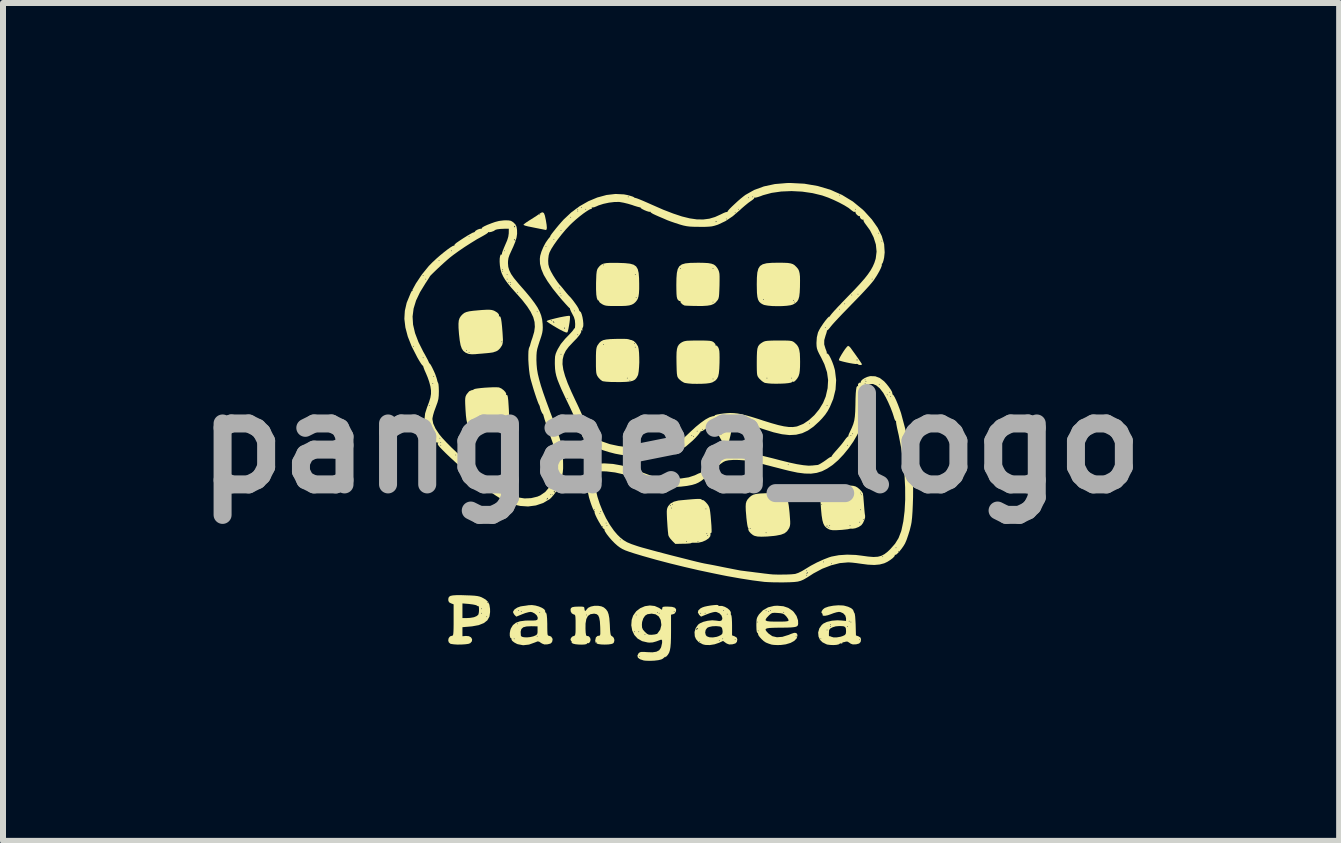
<source format=kicad_pcb>
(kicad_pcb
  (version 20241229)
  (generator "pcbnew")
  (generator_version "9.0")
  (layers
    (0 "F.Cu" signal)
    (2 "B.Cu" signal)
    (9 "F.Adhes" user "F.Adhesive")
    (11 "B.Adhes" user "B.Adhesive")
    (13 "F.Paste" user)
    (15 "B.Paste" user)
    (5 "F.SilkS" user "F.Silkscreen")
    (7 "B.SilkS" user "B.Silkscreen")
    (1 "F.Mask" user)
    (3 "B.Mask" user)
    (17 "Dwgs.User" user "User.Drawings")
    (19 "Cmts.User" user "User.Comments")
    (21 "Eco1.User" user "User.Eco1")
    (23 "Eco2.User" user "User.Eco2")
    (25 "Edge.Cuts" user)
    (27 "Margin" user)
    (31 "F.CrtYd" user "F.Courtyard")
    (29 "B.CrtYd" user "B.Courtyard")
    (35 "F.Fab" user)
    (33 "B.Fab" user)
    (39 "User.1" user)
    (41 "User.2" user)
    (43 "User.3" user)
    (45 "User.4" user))
  (footprint "pangaea_logo"
    (layer "F.Cu")
    (at 8.135 4.335)
    (property "Reference" "pangaea_logo" (at 0 0 0) (layer "F.Fab") (effects (font (size 1.524 1.524) (thickness 0.3))))
    (attr board_only exclude_from_pos_files exclude_from_bom)
    (fp_poly (pts (xy 0.501 -0.184) (xy 0.494 -0.177) (xy 0.486 -0.184) (xy 0.494 -0.192)) (stroke (width 0) (type solid)) (fill yes) (layer "F.SilkS"))
    (fp_poly (pts (xy 1.019 -0.298) (xy 1.019 -0.281) (xy 1.014 -0.242) (xy 1.003 -0.189) (xy 0.99 -0.126) (xy 0.974 -0.062) (xy 0.959 -0.002) (xy 0.945 0.048) (xy 0.933 0.08) (xy 0.927 0.088) (xy 0.917 0.076) (xy 0.895 0.043) (xy 0.864 -0.006) (xy 0.829 -0.067) (xy 0.821 -0.08) (xy 0.788 -0.14) (xy 0.825 -0.14) (xy 0.832 -0.133) (xy 0.84 -0.14) (xy 0.832 -0.147) (xy 0.825 -0.14) (xy 0.788 -0.14) (xy 0.779 -0.157) (xy 0.752 -0.211) (xy 0.74 -0.245) (xy 0.741 -0.262) (xy 0.742 -0.262) (xy 0.765 -0.271) (xy 0.807 -0.28) (xy 0.86 -0.289) (xy 0.916 -0.296) (xy 0.967 -0.301) (xy 1.004 -0.301)) (stroke (width 0) (type solid)) (fill yes) (layer "F.SilkS"))
    (fp_poly (pts (xy -2.118 -3.831) (xy -2.103 -3.792) (xy -2.089 -3.727) (xy -2.086 -3.712) (xy -2.074 -3.638) (xy -2.07 -3.588) (xy -2.074 -3.561) (xy -2.085 -3.552) (xy -2.089 -3.552) (xy -2.108 -3.556) (xy -2.147 -3.564) (xy -2.199 -3.574) (xy -2.203 -3.575) (xy -2.269 -3.588) (xy -2.337 -3.602) (xy -2.383 -3.611) (xy -2.426 -3.622) (xy -2.454 -3.633) (xy -2.46 -3.639) (xy -2.449 -3.651) (xy -2.417 -3.675) (xy -2.372 -3.705) (xy -2.346 -3.721) (xy -2.291 -3.756) (xy -2.241 -3.788) (xy -2.211 -3.809) (xy -2.195 -3.809) (xy -2.188 -3.801) (xy -2.181 -3.809) (xy -2.188 -3.816) (xy -2.195 -3.809) (xy -2.211 -3.809) (xy -2.205 -3.813) (xy -2.197 -3.819) (xy -2.162 -3.841) (xy -2.137 -3.846)) (stroke (width 0) (type solid)) (fill yes) (layer "F.SilkS"))
    (fp_poly (pts (xy 2.972 -1.609) (xy 2.994 -1.585) (xy 3.066 -1.485) (xy 3.12 -1.409) (xy 3.157 -1.354) (xy 3.178 -1.322) (xy 3.182 -1.311) (xy 3.171 -1.302) (xy 3.146 -1.301) (xy 3.121 -1.308) (xy 3.114 -1.315) (xy 3.097 -1.32) (xy 3.094 -1.319) (xy 3.075 -1.318) (xy 3.035 -1.323) (xy 2.982 -1.332) (xy 2.924 -1.344) (xy 2.869 -1.357) (xy 2.825 -1.369) (xy 2.801 -1.378) (xy 2.798 -1.38) (xy 2.799 -1.385) (xy 3.094 -1.385) (xy 3.099 -1.373) (xy 3.104 -1.375) (xy 3.106 -1.393) (xy 3.104 -1.395) (xy 3.095 -1.393) (xy 3.094 -1.385) (xy 2.799 -1.385) (xy 2.8 -1.397) (xy 2.816 -1.43) (xy 2.841 -1.474) (xy 2.871 -1.522) (xy 2.901 -1.566) (xy 2.929 -1.601) (xy 2.948 -1.619) (xy 2.952 -1.62)) (stroke (width 0) (type solid)) (fill yes) (layer "F.SilkS"))
    (fp_poly (pts (xy -1.687 -2.119) (xy -1.684 -2.1) (xy -1.686 -2.06) (xy -1.692 -2.009) (xy -1.701 -1.953) (xy -1.711 -1.901) (xy -1.721 -1.861) (xy -1.73 -1.843) (xy -1.751 -1.844) (xy -1.795 -1.862) (xy -1.863 -1.897) (xy -1.894 -1.915) (xy -1.783 -1.915) (xy -1.777 -1.903) (xy -1.773 -1.905) (xy -1.771 -1.923) (xy -1.773 -1.925) (xy -1.782 -1.923) (xy -1.783 -1.915) (xy -1.894 -1.915) (xy -1.908 -1.923) (xy -1.97 -1.96) (xy -2.021 -1.992) (xy -2.057 -2.017) (xy -2.072 -2.029) (xy -1.972 -2.029) (xy -1.968 -2.021) (xy -1.953 -2.005) (xy -1.945 -2.008) (xy -1.945 -2.01) (xy -1.955 -2.023) (xy -1.962 -2.027) (xy -1.972 -2.029) (xy -2.072 -2.029) (xy -2.074 -2.03) (xy -2.074 -2.031) (xy -2.063 -2.039) (xy -2.06 -2.041) (xy -2.004 -2.041) (xy -1.996 -2.033) (xy -1.989 -2.041) (xy -1.996 -2.048) (xy -2.004 -2.041) (xy -2.06 -2.041) (xy -2.029 -2.052) (xy -1.978 -2.066) (xy -1.918 -2.081) (xy -1.854 -2.096) (xy -1.792 -2.108) (xy -1.739 -2.117) (xy -1.702 -2.121)) (stroke (width 0) (type solid)) (fill yes) (layer "F.SilkS"))
    (fp_poly (pts (xy -2.873 -0.928) (xy -2.865 -0.926) (xy -2.827 -0.909) (xy -2.79 -0.881) (xy -2.761 -0.85) (xy -2.747 -0.822) (xy -2.748 -0.809) (xy -2.751 -0.798) (xy -2.744 -0.801) (xy -2.734 -0.802) (xy -2.725 -0.789) (xy -2.719 -0.759) (xy -2.713 -0.708) (xy -2.708 -0.633) (xy -2.703 -0.552) (xy -2.7 -0.473) (xy -2.699 -0.417) (xy -2.701 -0.378) (xy -2.706 -0.35) (xy -2.715 -0.328) (xy -2.724 -0.314) (xy -2.745 -0.284) (xy -2.769 -0.26) (xy -2.799 -0.243) (xy -2.84 -0.229) (xy -2.896 -0.218) (xy -2.972 -0.21) (xy -3.07 -0.201) (xy -3.131 -0.197) (xy -3.194 -0.193) (xy -3.237 -0.193) (xy -3.266 -0.198) (xy -3.291 -0.21) (xy -3.32 -0.23) (xy -3.323 -0.232) (xy -3.355 -0.26) (xy -3.38 -0.291) (xy -3.398 -0.332) (xy -3.41 -0.386) (xy -3.419 -0.459) (xy -3.426 -0.556) (xy -3.427 -0.577) (xy -3.431 -0.655) (xy -3.432 -0.71) (xy -3.43 -0.748) (xy -3.425 -0.775) (xy -3.415 -0.798) (xy -3.405 -0.815) (xy -3.365 -0.863) (xy -3.322 -0.882) (xy -3.309 -0.883) (xy -3.29 -0.892) (xy -3.287 -0.895) (xy -3.269 -0.903) (xy -3.228 -0.91) (xy -3.171 -0.917) (xy -3.104 -0.923) (xy -3.034 -0.927) (xy -2.968 -0.93) (xy -2.912 -0.93)) (stroke (width 0) (type solid)) (fill yes) (layer "F.SilkS"))
    (fp_poly (pts (xy 1.881 -3.005) (xy 1.947 -3.002) (xy 1.996 -2.994) (xy 2.032 -2.982) (xy 2.061 -2.963) (xy 2.089 -2.935) (xy 2.095 -2.929) (xy 2.118 -2.901) (xy 2.133 -2.87) (xy 2.143 -2.83) (xy 2.149 -2.777) (xy 2.15 -2.706) (xy 2.149 -2.61) (xy 2.149 -2.604) (xy 2.145 -2.512) (xy 2.137 -2.444) (xy 2.123 -2.395) (xy 2.102 -2.359) (xy 2.07 -2.331) (xy 2.032 -2.309) (xy 1.991 -2.297) (xy 1.927 -2.288) (xy 1.85 -2.283) (xy 1.767 -2.282) (xy 1.685 -2.284) (xy 1.612 -2.291) (xy 1.556 -2.301) (xy 1.534 -2.309) (xy 1.497 -2.33) (xy 1.476 -2.35) (xy 2.048 -2.35) (xy 2.055 -2.343) (xy 2.063 -2.35) (xy 2.055 -2.357) (xy 2.048 -2.35) (xy 1.476 -2.35) (xy 1.47 -2.356) (xy 1.457 -2.379) (xy 2.033 -2.379) (xy 2.041 -2.372) (xy 2.048 -2.379) (xy 2.041 -2.387) (xy 2.033 -2.379) (xy 1.457 -2.379) (xy 1.451 -2.39) (xy 1.45 -2.394) (xy 1.532 -2.394) (xy 1.54 -2.387) (xy 1.547 -2.394) (xy 1.54 -2.402) (xy 1.532 -2.394) (xy 1.45 -2.394) (xy 1.439 -2.437) (xy 1.432 -2.502) (xy 1.43 -2.59) (xy 1.429 -2.645) (xy 1.431 -2.757) (xy 1.438 -2.843) (xy 1.455 -2.907) (xy 1.483 -2.951) (xy 1.528 -2.98) (xy 1.592 -2.997) (xy 1.678 -3.004) (xy 1.79 -3.006) (xy 1.791 -3.006)) (stroke (width 0) (type solid)) (fill yes) (layer "F.SilkS"))
    (fp_poly (pts (xy 0.538 -1.709) (xy 0.6 -1.707) (xy 0.644 -1.704) (xy 0.673 -1.699) (xy 0.694 -1.691) (xy 0.712 -1.679) (xy 0.713 -1.678) (xy 0.736 -1.654) (xy 0.743 -1.634) (xy 0.742 -1.632) (xy 0.741 -1.623) (xy 0.748 -1.626) (xy 0.766 -1.622) (xy 0.786 -1.595) (xy 0.789 -1.59) (xy 0.798 -1.566) (xy 0.805 -1.534) (xy 0.808 -1.488) (xy 0.809 -1.424) (xy 0.808 -1.336) (xy 0.808 -1.336) (xy 0.804 -1.237) (xy 0.797 -1.163) (xy 0.785 -1.109) (xy 0.765 -1.07) (xy 0.737 -1.04) (xy 0.698 -1.017) (xy 0.687 -1.011) (xy 0.647 -1) (xy 0.586 -0.992) (xy 0.512 -0.988) (xy 0.431 -0.987) (xy 0.352 -0.988) (xy 0.283 -0.994) (xy 0.231 -1.002) (xy 0.214 -1.008) (xy 0.172 -1.033) (xy 0.133 -1.067) (xy 0.133 -1.067) (xy 0.132 -1.068) (xy 0.692 -1.068) (xy 0.7 -1.061) (xy 0.707 -1.068) (xy 0.7 -1.076) (xy 0.692 -1.068) (xy 0.132 -1.068) (xy 0.119 -1.084) (xy 0.108 -1.102) (xy 0.102 -1.126) (xy 0.097 -1.161) (xy 0.094 -1.213) (xy 0.092 -1.287) (xy 0.091 -1.333) (xy 0.09 -1.435) (xy 0.092 -1.512) (xy 0.099 -1.569) (xy 0.112 -1.611) (xy 0.132 -1.642) (xy 0.16 -1.667) (xy 0.181 -1.68) (xy 0.203 -1.691) (xy 0.229 -1.699) (xy 0.264 -1.705) (xy 0.314 -1.707) (xy 0.384 -1.709) (xy 0.451 -1.709)) (stroke (width 0) (type solid)) (fill yes) (layer "F.SilkS"))
    (fp_poly (pts (xy 1.795 0.822) (xy 1.836 0.836) (xy 1.874 0.855) (xy 1.891 0.867) (xy 1.916 0.895) (xy 1.936 0.929) (xy 1.95 0.976) (xy 1.962 1.041) (xy 1.972 1.128) (xy 1.976 1.168) (xy 1.982 1.249) (xy 1.986 1.307) (xy 1.986 1.348) (xy 1.982 1.378) (xy 1.975 1.402) (xy 1.965 1.424) (xy 1.934 1.47) (xy 1.892 1.504) (xy 1.833 1.527) (xy 1.751 1.543) (xy 1.714 1.548) (xy 1.599 1.558) (xy 1.509 1.561) (xy 1.442 1.558) (xy 1.393 1.547) (xy 1.366 1.534) (xy 1.326 1.502) (xy 1.321 1.495) (xy 1.576 1.495) (xy 1.584 1.503) (xy 1.591 1.495) (xy 1.584 1.488) (xy 1.576 1.495) (xy 1.321 1.495) (xy 1.298 1.468) (xy 1.287 1.439) (xy 1.289 1.429) (xy 1.289 1.422) (xy 1.311 1.422) (xy 1.319 1.429) (xy 1.326 1.422) (xy 1.319 1.414) (xy 1.311 1.422) (xy 1.289 1.422) (xy 1.289 1.415) (xy 1.285 1.414) (xy 1.279 1.401) (xy 1.271 1.363) (xy 1.263 1.306) (xy 1.255 1.237) (xy 1.254 1.219) (xy 1.246 1.127) (xy 1.244 1.059) (xy 1.247 1.008) (xy 1.258 0.97) (xy 1.276 0.939) (xy 1.304 0.908) (xy 1.312 0.9) (xy 1.341 0.877) (xy 1.374 0.86) (xy 1.418 0.848) (xy 1.478 0.841) (xy 1.558 0.837) (xy 1.606 0.835) (xy 1.664 0.833) (xy 1.71 0.828) (xy 1.737 0.822) (xy 1.74 0.82) (xy 1.76 0.815)) (stroke (width 0) (type solid)) (fill yes) (layer "F.SilkS"))
    (fp_poly (pts (xy -0.877 -3.003) (xy -0.768 -2.999) (xy -0.684 -2.99) (xy -0.624 -2.973) (xy -0.582 -2.944) (xy -0.555 -2.899) (xy -0.54 -2.836) (xy -0.533 -2.749) (xy -0.531 -2.658) (xy -0.531 -2.564) (xy -0.535 -2.494) (xy -0.543 -2.442) (xy -0.556 -2.402) (xy -0.576 -2.37) (xy -0.593 -2.35) (xy -0.621 -2.325) (xy -0.654 -2.307) (xy -0.698 -2.294) (xy -0.756 -2.287) (xy -0.836 -2.284) (xy -0.903 -2.284) (xy -0.984 -2.284) (xy -1.042 -2.286) (xy -1.083 -2.29) (xy -1.113 -2.298) (xy -1.138 -2.309) (xy -1.153 -2.318) (xy -1.185 -2.34) (xy -1.199 -2.357) (xy -1.199 -2.362) (xy -1.199 -2.371) (xy -1.204 -2.372) (xy -1.223 -2.383) (xy -1.237 -2.417) (xy -1.238 -2.424) (xy -0.589 -2.424) (xy -0.582 -2.416) (xy -0.575 -2.424) (xy -0.582 -2.431) (xy -0.589 -2.424) (xy -1.238 -2.424) (xy -1.246 -2.475) (xy -1.25 -2.56) (xy -1.25 -2.669) (xy -1.247 -2.754) (xy -1.245 -2.807) (xy -0.604 -2.807) (xy -0.597 -2.799) (xy -0.589 -2.807) (xy -0.597 -2.814) (xy -0.604 -2.807) (xy -1.245 -2.807) (xy -1.244 -2.816) (xy -1.239 -2.859) (xy -1.232 -2.888) (xy -1.222 -2.91) (xy -1.215 -2.92) (xy -1.189 -2.952) (xy -1.168 -2.969) (xy -1.134 -2.969) (xy -1.127 -2.961) (xy -1.12 -2.969) (xy -1.127 -2.976) (xy -1.134 -2.969) (xy -1.168 -2.969) (xy -1.16 -2.975) (xy -1.125 -2.991) (xy -1.077 -3) (xy -1.012 -3.004) (xy -0.925 -3.004)) (stroke (width 0) (type solid)) (fill yes) (layer "F.SilkS"))
    (fp_poly (pts (xy 1.88 -1.709) (xy 1.941 -1.708) (xy 1.983 -1.705) (xy 2.012 -1.7) (xy 2.033 -1.692) (xy 2.051 -1.68) (xy 2.064 -1.669) (xy 2.098 -1.636) (xy 2.122 -1.599) (xy 2.137 -1.554) (xy 2.147 -1.493) (xy 2.15 -1.412) (xy 2.151 -1.352) (xy 2.15 -1.268) (xy 2.146 -1.207) (xy 2.14 -1.162) (xy 2.129 -1.126) (xy 2.123 -1.11) (xy 2.103 -1.076) (xy 2.078 -1.046) (xy 2.054 -1.025) (xy 2.038 -1.019) (xy 2.033 -1.027) (xy 2.027 -1.027) (xy 2.019 -1.017) (xy 1.998 -1.007) (xy 1.955 -0.999) (xy 1.895 -0.993) (xy 1.825 -0.99) (xy 1.751 -0.989) (xy 1.68 -0.99) (xy 1.618 -0.995) (xy 1.571 -1.002) (xy 1.554 -1.007) (xy 1.516 -1.032) (xy 1.477 -1.068) (xy 1.47 -1.076) (xy 1.464 -1.083) (xy 1.591 -1.083) (xy 1.599 -1.076) (xy 1.606 -1.083) (xy 2.004 -1.083) (xy 2.011 -1.076) (xy 2.018 -1.083) (xy 2.011 -1.09) (xy 2.004 -1.083) (xy 1.606 -1.083) (xy 1.599 -1.09) (xy 1.591 -1.083) (xy 1.464 -1.083) (xy 1.454 -1.096) (xy 1.443 -1.114) (xy 1.436 -1.137) (xy 1.432 -1.17) (xy 1.43 -1.217) (xy 1.429 -1.285) (xy 1.429 -1.351) (xy 1.43 -1.448) (xy 1.433 -1.52) (xy 1.439 -1.572) (xy 1.451 -1.61) (xy 1.47 -1.638) (xy 1.496 -1.661) (xy 1.524 -1.679) (xy 1.546 -1.691) (xy 1.571 -1.699) (xy 1.605 -1.704) (xy 1.653 -1.707) (xy 1.721 -1.709) (xy 1.794 -1.709)) (stroke (width 0) (type solid)) (fill yes) (layer "F.SilkS"))
    (fp_poly (pts (xy 0.541 -3.004) (xy 0.617 -3) (xy 0.673 -2.99) (xy 0.714 -2.975) (xy 0.745 -2.951) (xy 0.77 -2.919) (xy 0.78 -2.902) (xy 0.793 -2.876) (xy 0.801 -2.851) (xy 0.807 -2.82) (xy 0.809 -2.777) (xy 0.809 -2.717) (xy 0.808 -2.633) (xy 0.808 -2.631) (xy 0.805 -2.545) (xy 0.802 -2.484) (xy 0.798 -2.441) (xy 0.791 -2.411) (xy 0.781 -2.389) (xy 0.772 -2.377) (xy 0.742 -2.342) (xy 0.708 -2.317) (xy 0.664 -2.3) (xy 0.606 -2.29) (xy 0.528 -2.285) (xy 0.442 -2.285) (xy 0.367 -2.286) (xy 0.301 -2.288) (xy 0.251 -2.29) (xy 0.224 -2.293) (xy 0.221 -2.294) (xy 0.188 -2.313) (xy 0.163 -2.337) (xy 0.159 -2.35) (xy 0.692 -2.35) (xy 0.7 -2.343) (xy 0.707 -2.35) (xy 0.7 -2.357) (xy 0.692 -2.35) (xy 0.159 -2.35) (xy 0.156 -2.358) (xy 0.157 -2.362) (xy 0.157 -2.37) (xy 0.151 -2.367) (xy 0.132 -2.37) (xy 0.112 -2.39) (xy 0.102 -2.41) (xy 0.095 -2.44) (xy 0.091 -2.486) (xy 0.089 -2.553) (xy 0.088 -2.634) (xy 0.09 -2.748) (xy 0.097 -2.836) (xy 0.112 -2.901) (xy 0.117 -2.91) (xy 0.147 -2.91) (xy 0.155 -2.902) (xy 0.162 -2.91) (xy 0.692 -2.91) (xy 0.7 -2.902) (xy 0.707 -2.91) (xy 0.7 -2.917) (xy 0.692 -2.91) (xy 0.162 -2.91) (xy 0.155 -2.917) (xy 0.147 -2.91) (xy 0.117 -2.91) (xy 0.139 -2.948) (xy 0.181 -2.978) (xy 0.24 -2.995) (xy 0.321 -3.003) (xy 0.425 -3.005) (xy 0.44 -3.006)) (stroke (width 0) (type solid)) (fill yes) (layer "F.SilkS"))
    (fp_poly (pts (xy -2.987 -2.218) (xy -2.957 -2.209) (xy -2.941 -2.202) (xy -2.898 -2.176) (xy -2.871 -2.147) (xy -2.866 -2.121) (xy -2.87 -2.114) (xy -2.87 -2.109) (xy -2.863 -2.112) (xy -2.851 -2.113) (xy -2.842 -2.099) (xy -2.833 -2.068) (xy -2.825 -2.017) (xy -2.817 -1.944) (xy -2.809 -1.844) (xy -2.806 -1.795) (xy -2.802 -1.724) (xy -2.805 -1.674) (xy -2.813 -1.639) (xy -2.819 -1.626) (xy -2.849 -1.58) (xy -2.885 -1.545) (xy -2.918 -1.527) (xy -2.92 -1.527) (xy -2.949 -1.518) (xy -2.954 -1.515) (xy -2.975 -1.51) (xy -3.017 -1.504) (xy -3.072 -1.498) (xy -3.087 -1.497) (xy -3.153 -1.491) (xy -3.218 -1.486) (xy -3.268 -1.481) (xy -3.271 -1.481) (xy -3.322 -1.48) (xy -3.369 -1.485) (xy -3.379 -1.488) (xy -3.426 -1.507) (xy -3.429 -1.51) (xy -3.374 -1.51) (xy -3.367 -1.503) (xy -3.359 -1.51) (xy -3.367 -1.518) (xy -3.374 -1.51) (xy -3.429 -1.51) (xy -3.461 -1.535) (xy -3.465 -1.54) (xy -3.418 -1.54) (xy -3.411 -1.532) (xy -3.403 -1.54) (xy -3.411 -1.547) (xy -3.418 -1.54) (xy -3.465 -1.54) (xy -3.488 -1.575) (xy -3.508 -1.632) (xy -3.518 -1.687) (xy -2.829 -1.687) (xy -2.821 -1.68) (xy -2.814 -1.687) (xy -2.821 -1.694) (xy -2.829 -1.687) (xy -3.518 -1.687) (xy -3.522 -1.709) (xy -3.534 -1.812) (xy -3.535 -1.823) (xy -3.542 -1.918) (xy -3.543 -1.989) (xy -3.538 -2.043) (xy -3.524 -2.084) (xy -3.502 -2.118) (xy -3.472 -2.149) (xy -3.446 -2.169) (xy -3.411 -2.184) (xy -3.363 -2.196) (xy -3.297 -2.205) (xy -3.209 -2.213) (xy -3.151 -2.218) (xy -3.077 -2.222) (xy -3.025 -2.222)) (stroke (width 0) (type solid)) (fill yes) (layer "F.SilkS"))
    (fp_poly (pts (xy -0.787 -1.737) (xy -0.738 -1.735) (xy -0.712 -1.731) (xy -0.711 -1.731) (xy -0.674 -1.719) (xy -0.66 -1.717) (xy -0.621 -1.7) (xy -0.582 -1.662) (xy -0.551 -1.612) (xy -0.55 -1.61) (xy -0.54 -1.568) (xy -0.533 -1.505) (xy -0.53 -1.428) (xy -0.529 -1.346) (xy -0.533 -1.266) (xy -0.539 -1.196) (xy -0.548 -1.143) (xy -0.555 -1.124) (xy -0.576 -1.086) (xy -0.601 -1.058) (xy -0.635 -1.039) (xy -0.682 -1.027) (xy -0.747 -1.02) (xy -0.834 -1.017) (xy -0.891 -1.017) (xy -1.001 -1.018) (xy -1.082 -1.023) (xy -1.133 -1.03) (xy -1.149 -1.035) (xy -1.153 -1.039) (xy -0.692 -1.039) (xy -0.685 -1.031) (xy -0.678 -1.039) (xy -0.685 -1.046) (xy -0.692 -1.039) (xy -1.153 -1.039) (xy -1.181 -1.06) (xy -1.202 -1.083) (xy -0.737 -1.083) (xy -0.729 -1.076) (xy -0.722 -1.083) (xy -0.729 -1.09) (xy -0.737 -1.083) (xy -1.202 -1.083) (xy -1.214 -1.096) (xy -1.219 -1.104) (xy -1.232 -1.125) (xy -1.241 -1.148) (xy -1.247 -1.178) (xy -1.25 -1.219) (xy -1.252 -1.279) (xy -1.252 -1.363) (xy -1.252 -1.369) (xy -1.252 -1.455) (xy -1.25 -1.518) (xy -1.246 -1.563) (xy -1.24 -1.594) (xy -1.238 -1.599) (xy -0.604 -1.599) (xy -0.597 -1.591) (xy -0.589 -1.599) (xy -0.597 -1.606) (xy -0.604 -1.599) (xy -1.238 -1.599) (xy -1.231 -1.618) (xy -1.224 -1.631) (xy -1.215 -1.643) (xy -1.134 -1.643) (xy -1.127 -1.635) (xy -1.12 -1.643) (xy -1.127 -1.65) (xy -1.134 -1.643) (xy -1.215 -1.643) (xy -1.205 -1.657) (xy -0.619 -1.657) (xy -0.611 -1.65) (xy -0.604 -1.657) (xy -0.611 -1.665) (xy -0.619 -1.657) (xy -1.205 -1.657) (xy -1.197 -1.669) (xy -1.168 -1.696) (xy -1.131 -1.715) (xy -1.081 -1.726) (xy -1.011 -1.733) (xy -0.925 -1.736) (xy -0.851 -1.737)) (stroke (width 0) (type solid)) (fill yes) (layer "F.SilkS"))
    (fp_poly (pts (xy -3.494 2.535) (xy -3.435 2.537) (xy -3.344 2.54) (xy -3.277 2.544) (xy -3.228 2.55) (xy -3.189 2.559) (xy -3.157 2.571) (xy -3.153 2.573) (xy -3.092 2.607) (xy -3.052 2.645) (xy -3.028 2.694) (xy -3.017 2.762) (xy -3.016 2.817) (xy -3.027 2.893) (xy -3.062 2.955) (xy -3.121 3.001) (xy -3.206 3.035) (xy -3.316 3.055) (xy -3.348 3.058) (xy -3.477 3.069) (xy -3.477 3.22) (xy -3.42 3.215) (xy -3.37 3.219) (xy -3.334 3.239) (xy -3.316 3.269) (xy -3.319 3.304) (xy -3.347 3.336) (xy -3.348 3.336) (xy -3.378 3.347) (xy -3.429 3.354) (xy -3.493 3.358) (xy -3.559 3.359) (xy -3.62 3.355) (xy -3.667 3.348) (xy -3.68 3.344) (xy -3.706 3.32) (xy -3.714 3.286) (xy -3.706 3.25) (xy -3.683 3.222) (xy -3.651 3.212) (xy -3.641 3.21) (xy -3.634 3.201) (xy -3.63 3.182) (xy -3.627 3.149) (xy -3.625 3.096) (xy -3.624 3.022) (xy -3.624 2.95) (xy -3.624 2.917) (xy -3.477 2.917) (xy -3.407 2.917) (xy -3.35 2.914) (xy -3.295 2.905) (xy -3.282 2.902) (xy -3.266 2.895) (xy -3.079 2.895) (xy -3.072 2.902) (xy -3.065 2.895) (xy -3.072 2.888) (xy -3.079 2.895) (xy -3.266 2.895) (xy -3.242 2.885) (xy -3.214 2.862) (xy -3.212 2.858) (xy -3.206 2.836) (xy -3.168 2.836) (xy -3.16 2.844) (xy -3.153 2.836) (xy -3.16 2.829) (xy -3.168 2.836) (xy -3.206 2.836) (xy -3.205 2.834) (xy -3.201 2.799) (xy -3.201 2.762) (xy -3.168 2.762) (xy -3.16 2.77) (xy -3.153 2.762) (xy -3.16 2.755) (xy -3.168 2.762) (xy -3.201 2.762) (xy -3.201 2.762) (xy -3.203 2.732) (xy -3.208 2.718) (xy -3.21 2.719) (xy -3.225 2.717) (xy -3.237 2.708) (xy -3.261 2.699) (xy -3.306 2.69) (xy -3.361 2.683) (xy -3.367 2.682) (xy -3.477 2.673) (xy -3.477 2.917) (xy -3.624 2.917) (xy -3.624 2.688) (xy -3.669 2.671) (xy -3.69 2.659) (xy -3.065 2.659) (xy -3.057 2.667) (xy -3.05 2.659) (xy -3.057 2.652) (xy -3.065 2.659) (xy -3.69 2.659) (xy -3.701 2.653) (xy -3.712 2.625) (xy -3.713 2.61) (xy -3.71 2.581) (xy -3.698 2.561) (xy -3.675 2.547) (xy -3.636 2.539) (xy -3.576 2.535)) (stroke (width 0) (type solid)) (fill yes) (layer "F.SilkS"))
    (fp_poly (pts (xy 0.485 0.932) (xy 0.5 0.935) (xy 0.507 0.941) (xy 0.507 0.941) (xy 0.524 0.952) (xy 0.53 0.95) (xy 0.546 0.956) (xy 0.573 0.98) (xy 0.593 1.002) (xy 0.612 1.025) (xy 0.626 1.047) (xy 0.637 1.072) (xy 0.646 1.105) (xy 0.653 1.151) (xy 0.66 1.215) (xy 0.667 1.299) (xy 0.673 1.376) (xy 0.676 1.444) (xy 0.676 1.484) (xy 0.67 1.498) (xy 0.667 1.498) (xy 0.657 1.5) (xy 0.659 1.517) (xy 0.654 1.553) (xy 0.626 1.589) (xy 0.58 1.62) (xy 0.523 1.645) (xy 0.459 1.66) (xy 0.395 1.662) (xy 0.359 1.661) (xy 0.34 1.664) (xy 0.339 1.666) (xy 0.325 1.671) (xy 0.289 1.675) (xy 0.236 1.678) (xy 0.205 1.678) (xy 0.072 1.681) (xy 0.033 1.643) (xy 0.25 1.643) (xy 0.258 1.65) (xy 0.265 1.643) (xy 0.442 1.643) (xy 0.449 1.65) (xy 0.457 1.643) (xy 0.449 1.635) (xy 0.442 1.643) (xy 0.265 1.643) (xy 0.258 1.635) (xy 0.25 1.643) (xy 0.033 1.643) (xy 0.014 1.623) (xy -0.019 1.585) (xy -0.041 1.548) (xy -0.043 1.54) (xy 0.604 1.54) (xy 0.611 1.547) (xy 0.619 1.54) (xy 0.611 1.532) (xy 0.604 1.54) (xy -0.043 1.54) (xy -0.046 1.53) (xy -0.048 1.51) (xy 0.589 1.51) (xy 0.597 1.518) (xy 0.604 1.51) (xy 0.597 1.503) (xy 0.589 1.51) (xy -0.048 1.51) (xy -0.05 1.489) (xy -0.053 1.466) (xy -0.055 1.44) (xy -0.059 1.392) (xy -0.063 1.328) (xy -0.067 1.267) (xy -0.07 1.193) (xy -0.071 1.141) (xy -0.068 1.106) (xy -0.066 1.098) (xy 0.575 1.098) (xy 0.582 1.105) (xy 0.589 1.098) (xy 0.582 1.09) (xy 0.575 1.098) (xy -0.066 1.098) (xy -0.062 1.083) (xy 0 1.083) (xy 0.007 1.09) (xy 0.015 1.083) (xy 0.007 1.076) (xy 0 1.083) (xy -0.062 1.083) (xy -0.061 1.08) (xy -0.05 1.057) (xy -0.045 1.049) (xy -0.036 1.039) (xy -0.015 1.039) (xy -0.007 1.046) (xy 0 1.039) (xy -0.007 1.031) (xy -0.015 1.039) (xy -0.036 1.039) (xy -0.023 1.024) (xy 0.015 1.024) (xy 0.022 1.031) (xy 0.029 1.024) (xy 0.022 1.017) (xy 0.015 1.024) (xy -0.023 1.024) (xy -0.007 1.006) (xy 0.047 0.977) (xy 0.121 0.958) (xy 0.169 0.953) (xy 0.277 0.943) (xy 0.358 0.936) (xy 0.418 0.932) (xy 0.459 0.931)) (stroke (width 0) (type solid)) (fill yes) (layer "F.SilkS"))
    (fp_poly (pts (xy -1.16 2.722) (xy -1.12 2.74) (xy -1.084 2.771) (xy -1.058 2.807) (xy -1.041 2.854) (xy -1.029 2.917) (xy -1.022 3.003) (xy -1.02 3.035) (xy -1.017 3.109) (xy -1.012 3.159) (xy -1.007 3.19) (xy -0.999 3.208) (xy -0.987 3.218) (xy -0.981 3.22) (xy -0.955 3.246) (xy -0.944 3.283) (xy -0.951 3.321) (xy -0.967 3.34) (xy -0.997 3.35) (xy -1.046 3.357) (xy -1.105 3.359) (xy -1.164 3.357) (xy -1.213 3.35) (xy -1.229 3.345) (xy -1.258 3.326) (xy -1.258 3.322) (xy -1.252 3.322) (xy -1.245 3.33) (xy -1.238 3.322) (xy -1.245 3.315) (xy -1.252 3.322) (xy -1.258 3.322) (xy -1.264 3.293) (xy -1.264 3.29) (xy -1.253 3.24) (xy -1.226 3.215) (xy -1.205 3.212) (xy -1.192 3.21) (xy -1.183 3.201) (xy -1.179 3.18) (xy -1.179 3.142) (xy -1.18 3.081) (xy -1.181 3.058) (xy -1.186 2.973) (xy -1.197 2.912) (xy -1.214 2.873) (xy -1.24 2.852) (xy -1.277 2.844) (xy -1.288 2.844) (xy -1.344 2.853) (xy -1.385 2.882) (xy -1.412 2.933) (xy -1.425 3.008) (xy -1.426 3.095) (xy -1.423 3.158) (xy -1.417 3.196) (xy -1.409 3.213) (xy -1.402 3.215) (xy -1.371 3.221) (xy -1.348 3.248) (xy -1.341 3.278) (xy -1.348 3.308) (xy -1.365 3.331) (xy -1.384 3.338) (xy -1.39 3.334) (xy -1.399 3.336) (xy -1.4 3.342) (xy -1.413 3.352) (xy -1.447 3.358) (xy -1.494 3.36) (xy -1.546 3.358) (xy -1.594 3.353) (xy -1.631 3.344) (xy -1.644 3.338) (xy -1.66 3.321) (xy -1.657 3.315) (xy -1.654 3.309) (xy -1.663 3.302) (xy -1.676 3.28) (xy -1.669 3.251) (xy -1.647 3.226) (xy -1.627 3.218) (xy -1.612 3.213) (xy -1.602 3.204) (xy -1.596 3.186) (xy -1.592 3.153) (xy -1.591 3.101) (xy -1.591 3.034) (xy -1.591 2.961) (xy -1.593 2.911) (xy -1.596 2.881) (xy -1.602 2.866) (xy -1.414 2.866) (xy -1.407 2.873) (xy -1.4 2.866) (xy -1.407 2.858) (xy -1.414 2.866) (xy -1.602 2.866) (xy -1.603 2.865) (xy -1.613 2.858) (xy -1.624 2.856) (xy -1.655 2.838) (xy -1.673 2.805) (xy -1.675 2.768) (xy -1.666 2.749) (xy -1.644 2.735) (xy -1.603 2.728) (xy -1.545 2.726) (xy -1.492 2.726) (xy -1.462 2.729) (xy -1.448 2.738) (xy -1.444 2.754) (xy -1.444 2.762) (xy -1.438 2.792) (xy -1.424 2.798) (xy -1.409 2.777) (xy -1.409 2.777) (xy -1.383 2.747) (xy -1.337 2.725) (xy -1.279 2.713) (xy -1.217 2.712)) (stroke (width 0) (type solid)) (fill yes) (layer "F.SilkS"))
    (fp_poly (pts (xy -2.261 2.708) (xy -2.203 2.724) (xy -2.152 2.746) (xy -2.115 2.77) (xy -2.097 2.796) (xy -2.098 2.809) (xy -2.099 2.823) (xy -2.094 2.822) (xy -2.082 2.828) (xy -2.072 2.863) (xy -2.066 2.925) (xy -2.063 3.013) (xy -2.063 3.059) (xy -2.062 3.128) (xy -2.06 3.172) (xy -2.056 3.198) (xy -2.048 3.209) (xy -2.036 3.212) (xy -1.999 3.225) (xy -1.977 3.258) (xy -1.974 3.277) (xy -1.983 3.317) (xy -2.009 3.342) (xy -2.059 3.355) (xy -2.061 3.355) (xy -2.11 3.357) (xy -2.148 3.343) (xy -2.168 3.331) (xy -2.199 3.31) (xy -2.224 3.306) (xy -2.256 3.318) (xy -2.259 3.32) (xy -2.367 3.359) (xy -2.465 3.37) (xy -2.554 3.353) (xy -2.568 3.348) (xy -2.613 3.324) (xy -2.646 3.298) (xy -2.66 3.276) (xy -2.658 3.269) (xy -2.659 3.263) (xy -2.623 3.263) (xy -2.615 3.271) (xy -2.608 3.263) (xy -2.615 3.256) (xy -2.623 3.263) (xy -2.659 3.263) (xy -2.66 3.257) (xy -2.664 3.256) (xy -2.68 3.243) (xy -2.688 3.21) (xy -2.688 3.166) (xy -2.684 3.145) (xy -2.507 3.145) (xy -2.503 3.209) (xy -2.503 3.212) (xy -2.487 3.228) (xy -2.451 3.237) (xy -2.401 3.239) (xy -2.347 3.234) (xy -2.296 3.222) (xy -2.288 3.219) (xy -2.239 3.219) (xy -2.232 3.227) (xy -2.225 3.219) (xy -2.232 3.212) (xy -2.239 3.219) (xy -2.288 3.219) (xy -2.286 3.218) (xy -2.249 3.202) (xy -2.231 3.184) (xy -2.225 3.155) (xy -2.225 3.124) (xy -2.225 3.055) (xy -2.332 3.053) (xy -2.411 3.057) (xy -2.464 3.071) (xy -2.495 3.1) (xy -2.507 3.145) (xy -2.684 3.145) (xy -2.679 3.118) (xy -2.669 3.089) (xy -2.635 3.034) (xy -2.608 3.013) (xy -2.564 3.013) (xy -2.556 3.02) (xy -2.549 3.013) (xy -2.556 3.006) (xy -2.564 3.013) (xy -2.608 3.013) (xy -2.586 2.995) (xy -2.518 2.971) (xy -2.428 2.959) (xy -2.363 2.958) (xy -2.296 2.958) (xy -2.254 2.955) (xy -2.232 2.947) (xy -2.223 2.932) (xy -2.223 2.908) (xy -2.224 2.902) (xy -2.24 2.87) (xy -2.274 2.84) (xy -2.311 2.821) (xy -2.195 2.821) (xy -2.188 2.829) (xy -2.181 2.821) (xy -2.188 2.814) (xy -2.195 2.821) (xy -2.311 2.821) (xy -2.316 2.819) (xy -2.343 2.814) (xy -2.379 2.82) (xy -2.43 2.834) (xy -2.483 2.854) (xy -2.579 2.893) (xy -2.61 2.863) (xy -2.632 2.827) (xy -2.631 2.807) (xy -2.505 2.807) (xy -2.497 2.814) (xy -2.49 2.807) (xy -2.497 2.799) (xy -2.505 2.807) (xy -2.631 2.807) (xy -2.631 2.804) (xy -2.622 2.792) (xy -2.549 2.792) (xy -2.541 2.799) (xy -2.534 2.792) (xy -2.541 2.785) (xy -2.549 2.792) (xy -2.622 2.792) (xy -2.608 2.772) (xy -2.564 2.743) (xy -2.509 2.723) (xy -2.479 2.718) (xy -2.426 2.711) (xy -2.376 2.703) (xy -2.375 2.703) (xy -2.32 2.7)) (stroke (width 0) (type solid)) (fill yes) (layer "F.SilkS"))
    (fp_poly (pts (xy 1.873 2.72) (xy 1.953 2.747) (xy 2.023 2.794) (xy 2.045 2.815) (xy 2.092 2.882) (xy 2.117 2.956) (xy 2.119 3.013) (xy 2.115 3.034) (xy 2.105 3.049) (xy 2.085 3.061) (xy 2.052 3.068) (xy 2.002 3.073) (xy 1.93 3.076) (xy 1.835 3.077) (xy 1.801 3.077) (xy 1.707 3.079) (xy 1.64 3.082) (xy 1.598 3.089) (xy 1.577 3.1) (xy 1.577 3.117) (xy 1.593 3.141) (xy 1.624 3.174) (xy 1.625 3.175) (xy 1.688 3.219) (xy 1.765 3.237) (xy 1.856 3.23) (xy 1.89 3.219) (xy 2.077 3.219) (xy 2.085 3.227) (xy 2.092 3.219) (xy 2.085 3.212) (xy 2.077 3.219) (xy 1.89 3.219) (xy 1.962 3.197) (xy 1.999 3.181) (xy 2.053 3.163) (xy 2.088 3.166) (xy 2.105 3.191) (xy 2.107 3.211) (xy 2.093 3.257) (xy 2.053 3.298) (xy 1.992 3.331) (xy 1.912 3.355) (xy 1.829 3.366) (xy 1.768 3.367) (xy 1.71 3.364) (xy 1.675 3.359) (xy 1.626 3.343) (xy 1.581 3.325) (xy 1.578 3.323) (xy 1.545 3.301) (xy 1.51 3.269) (xy 1.478 3.234) (xy 1.456 3.203) (xy 1.451 3.184) (xy 1.451 3.183) (xy 1.447 3.168) (xy 1.44 3.164) (xy 1.43 3.148) (xy 1.427 3.131) (xy 1.444 3.131) (xy 1.451 3.138) (xy 1.459 3.131) (xy 1.451 3.123) (xy 1.444 3.131) (xy 1.427 3.131) (xy 1.424 3.107) (xy 1.422 3.039) (xy 1.422 3.039) (xy 1.423 2.983) (xy 1.429 2.983) (xy 1.436 2.991) (xy 1.444 2.983) (xy 1.436 2.976) (xy 1.429 2.983) (xy 1.423 2.983) (xy 1.423 2.977) (xy 1.427 2.94) (xy 1.577 2.94) (xy 1.578 2.957) (xy 1.602 2.968) (xy 1.648 2.974) (xy 1.721 2.976) (xy 1.768 2.976) (xy 1.848 2.976) (xy 1.903 2.974) (xy 1.937 2.97) (xy 1.954 2.964) (xy 1.959 2.955) (xy 1.96 2.954) (xy 1.95 2.93) (xy 1.927 2.897) (xy 1.917 2.885) (xy 1.891 2.859) (xy 1.864 2.844) (xy 1.826 2.836) (xy 1.778 2.832) (xy 1.725 2.829) (xy 1.691 2.832) (xy 1.666 2.843) (xy 1.639 2.866) (xy 1.628 2.877) (xy 1.594 2.913) (xy 1.577 2.94) (xy 1.427 2.94) (xy 1.427 2.935) (xy 1.438 2.902) (xy 1.457 2.87) (xy 1.466 2.856) (xy 1.499 2.821) (xy 1.871 2.821) (xy 1.878 2.829) (xy 1.886 2.821) (xy 1.878 2.814) (xy 1.871 2.821) (xy 1.499 2.821) (xy 1.513 2.807) (xy 1.621 2.807) (xy 1.628 2.814) (xy 1.635 2.807) (xy 1.628 2.799) (xy 1.621 2.807) (xy 1.513 2.807) (xy 1.527 2.792) (xy 1.576 2.792) (xy 1.584 2.799) (xy 1.591 2.792) (xy 1.65 2.792) (xy 1.657 2.799) (xy 1.665 2.792) (xy 1.657 2.785) (xy 1.65 2.792) (xy 1.591 2.792) (xy 1.584 2.785) (xy 1.576 2.792) (xy 1.527 2.792) (xy 1.533 2.786) (xy 1.618 2.738) (xy 1.718 2.714) (xy 1.773 2.711)) (stroke (width 0) (type solid)) (fill yes) (layer "F.SilkS"))
    (fp_poly (pts (xy 2.996 0.709) (xy 3.037 0.713) (xy 3.072 0.722) (xy 3.075 0.723) (xy 3.109 0.742) (xy 3.147 0.774) (xy 3.179 0.809) (xy 3.198 0.839) (xy 3.199 0.845) (xy 3.202 0.873) (xy 3.205 0.891) (xy 3.207 0.919) (xy 3.211 0.967) (xy 3.216 1.028) (xy 3.218 1.053) (xy 3.223 1.116) (xy 3.228 1.168) (xy 3.233 1.203) (xy 3.235 1.211) (xy 3.234 1.243) (xy 3.22 1.287) (xy 3.199 1.333) (xy 3.173 1.368) (xy 3.171 1.37) (xy 3.127 1.399) (xy 3.073 1.42) (xy 3.025 1.428) (xy 3.018 1.427) (xy 2.985 1.427) (xy 2.969 1.431) (xy 2.948 1.436) (xy 2.906 1.441) (xy 2.849 1.447) (xy 2.814 1.449) (xy 2.742 1.453) (xy 2.692 1.452) (xy 2.656 1.446) (xy 2.626 1.435) (xy 2.588 1.411) (xy 2.584 1.407) (xy 2.623 1.407) (xy 2.63 1.414) (xy 2.637 1.407) (xy 2.63 1.4) (xy 2.623 1.407) (xy 2.584 1.407) (xy 2.563 1.385) (xy 2.593 1.385) (xy 2.598 1.397) (xy 2.603 1.395) (xy 2.605 1.378) (xy 2.637 1.378) (xy 2.645 1.385) (xy 2.652 1.378) (xy 2.976 1.378) (xy 2.983 1.385) (xy 2.991 1.378) (xy 2.983 1.37) (xy 2.976 1.378) (xy 2.652 1.378) (xy 2.645 1.37) (xy 2.637 1.378) (xy 2.605 1.378) (xy 2.605 1.377) (xy 2.603 1.375) (xy 2.594 1.377) (xy 2.593 1.385) (xy 2.563 1.385) (xy 2.559 1.381) (xy 2.538 1.34) (xy 2.532 1.319) (xy 3.138 1.319) (xy 3.146 1.326) (xy 3.153 1.319) (xy 3.146 1.311) (xy 3.138 1.319) (xy 2.532 1.319) (xy 2.522 1.283) (xy 2.521 1.274) (xy 3.197 1.274) (xy 3.204 1.282) (xy 3.212 1.274) (xy 3.204 1.267) (xy 3.197 1.274) (xy 2.521 1.274) (xy 2.51 1.206) (xy 2.501 1.112) (xy 3.153 1.112) (xy 3.16 1.12) (xy 3.168 1.112) (xy 3.16 1.105) (xy 3.153 1.112) (xy 2.501 1.112) (xy 2.501 1.104) (xy 2.5 1.098) (xy 2.495 1.024) (xy 2.505 1.024) (xy 2.512 1.031) (xy 2.519 1.024) (xy 2.512 1.017) (xy 2.505 1.024) (xy 2.495 1.024) (xy 2.484 0.887) (xy 2.501 0.862) (xy 3.168 0.862) (xy 3.175 0.869) (xy 3.182 0.862) (xy 3.175 0.855) (xy 3.168 0.862) (xy 2.501 0.862) (xy 2.52 0.834) (xy 2.521 0.832) (xy 2.637 0.832) (xy 2.645 0.84) (xy 2.652 0.832) (xy 3.153 0.832) (xy 3.16 0.84) (xy 3.168 0.832) (xy 3.16 0.825) (xy 3.153 0.832) (xy 2.652 0.832) (xy 2.645 0.825) (xy 2.637 0.832) (xy 2.521 0.832) (xy 2.546 0.803) (xy 2.569 0.788) (xy 2.575 0.788) (xy 2.587 0.787) (xy 2.586 0.781) (xy 2.589 0.765) (xy 2.619 0.751) (xy 2.672 0.74) (xy 2.745 0.734) (xy 2.794 0.732) (xy 2.852 0.73) (xy 2.896 0.726) (xy 2.92 0.721) (xy 2.922 0.718) (xy 2.929 0.711) (xy 2.957 0.708)) (stroke (width 0) (type solid)) (fill yes) (layer "F.SilkS"))
    (fp_poly (pts (xy -0.272 2.716) (xy -0.198 2.748) (xy -0.189 2.755) (xy -0.161 2.774) (xy -0.15 2.777) (xy -0.147 2.762) (xy -0.147 2.756) (xy -0.144 2.739) (xy -0.131 2.73) (xy -0.101 2.726) (xy -0.054 2.726) (xy 0.017 2.73) (xy 0.062 2.744) (xy 0.084 2.769) (xy 0.083 2.804) (xy 0.061 2.84) (xy 0.037 2.852) (xy 0 2.861) (xy -0.000082 3.129) (xy -0.001 3.244) (xy -0.004 3.333) (xy -0.01 3.402) (xy -0.019 3.454) (xy -0.032 3.494) (xy -0.051 3.526) (xy -0.068 3.547) (xy -0.089 3.567) (xy -0.097 3.57) (xy -0.096 3.565) (xy -0.094 3.555) (xy -0.107 3.569) (xy -0.137 3.594) (xy -0.163 3.607) (xy -0.212 3.619) (xy -0.279 3.627) (xy -0.351 3.63) (xy -0.418 3.628) (xy -0.455 3.624) (xy -0.516 3.604) (xy -0.552 3.577) (xy -0.557 3.558) (xy -0.53 3.558) (xy -0.523 3.565) (xy -0.516 3.558) (xy -0.523 3.551) (xy -0.53 3.558) (xy -0.557 3.558) (xy -0.561 3.544) (xy -0.543 3.507) (xy -0.536 3.499) (xy -0.518 3.487) (xy -0.492 3.481) (xy -0.449 3.481) (xy -0.399 3.485) (xy -0.31 3.488) (xy -0.244 3.478) (xy -0.198 3.454) (xy -0.17 3.414) (xy -0.163 3.393) (xy -0.149 3.33) (xy -0.149 3.29) (xy -0.162 3.276) (xy -0.173 3.279) (xy -0.248 3.307) (xy -0.306 3.323) (xy -0.358 3.326) (xy -0.388 3.324) (xy -0.482 3.302) (xy -0.557 3.259) (xy -0.611 3.2) (xy -0.616 3.19) (xy -0.442 3.19) (xy -0.435 3.197) (xy -0.427 3.19) (xy -0.435 3.182) (xy -0.442 3.19) (xy -0.616 3.19) (xy -0.637 3.146) (xy -0.619 3.146) (xy -0.611 3.153) (xy -0.604 3.146) (xy -0.545 3.146) (xy -0.538 3.153) (xy -0.53 3.146) (xy -0.538 3.138) (xy -0.545 3.146) (xy -0.604 3.146) (xy -0.611 3.138) (xy -0.619 3.146) (xy -0.637 3.146) (xy -0.647 3.124) (xy -0.663 3.036) (xy -0.662 3.027) (xy -0.486 3.027) (xy -0.483 3.075) (xy -0.469 3.109) (xy -0.437 3.146) (xy -0.435 3.148) (xy -0.4 3.18) (xy -0.37 3.194) (xy -0.329 3.196) (xy -0.313 3.195) (xy -0.269 3.19) (xy -0.236 3.181) (xy -0.228 3.176) (xy -0.181 3.111) (xy -0.162 3.037) (xy -0.162 3.023) (xy -0.173 2.947) (xy -0.205 2.89) (xy -0.256 2.855) (xy -0.323 2.843) (xy -0.394 2.853) (xy -0.432 2.877) (xy -0.463 2.923) (xy -0.482 2.982) (xy -0.486 3.027) (xy -0.662 3.027) (xy -0.656 2.947) (xy -0.631 2.873) (xy -0.625 2.866) (xy -0.589 2.866) (xy -0.582 2.873) (xy -0.575 2.866) (xy -0.582 2.858) (xy -0.589 2.866) (xy -0.625 2.866) (xy -0.604 2.836) (xy -0.206 2.836) (xy -0.199 2.844) (xy -0.192 2.836) (xy -0.199 2.829) (xy -0.206 2.836) (xy -0.604 2.836) (xy -0.593 2.821) (xy -0.236 2.821) (xy -0.228 2.829) (xy -0.221 2.821) (xy -0.228 2.814) (xy -0.236 2.821) (xy -0.593 2.821) (xy -0.582 2.807) (xy 0.044 2.807) (xy 0.052 2.814) (xy 0.059 2.807) (xy 0.052 2.799) (xy 0.044 2.807) (xy -0.582 2.807) (xy -0.581 2.804) (xy -0.514 2.753) (xy -0.435 2.719) (xy -0.353 2.707)) (stroke (width 0) (type solid)) (fill yes) (layer "F.SilkS"))
    (fp_poly (pts (xy 0.785 2.701) (xy 0.79 2.708) (xy 0.793 2.717) (xy 0.809 2.715) (xy 0.851 2.715) (xy 0.897 2.73) (xy 0.942 2.755) (xy 0.977 2.786) (xy 0.996 2.817) (xy 0.996 2.838) (xy 0.997 2.861) (xy 1.002 2.866) (xy 1.008 2.883) (xy 1.013 2.924) (xy 1.016 2.981) (xy 1.017 3.04) (xy 1.017 3.205) (xy 1.061 3.222) (xy 1.095 3.243) (xy 1.105 3.273) (xy 1.105 3.273) (xy 1.097 3.315) (xy 1.073 3.34) (xy 1.025 3.354) (xy 1.018 3.355) (xy 0.969 3.357) (xy 0.931 3.343) (xy 0.912 3.331) (xy 0.867 3.298) (xy 0.803 3.328) (xy 0.727 3.354) (xy 0.646 3.367) (xy 0.572 3.365) (xy 0.53 3.355) (xy 0.461 3.318) (xy 0.451 3.308) (xy 0.471 3.308) (xy 0.479 3.315) (xy 0.486 3.308) (xy 0.479 3.3) (xy 0.471 3.308) (xy 0.451 3.308) (xy 0.438 3.293) (xy 0.796 3.293) (xy 0.803 3.3) (xy 0.81 3.293) (xy 0.803 3.285) (xy 0.796 3.293) (xy 0.438 3.293) (xy 0.425 3.278) (xy 1.061 3.278) (xy 1.068 3.285) (xy 1.076 3.278) (xy 1.068 3.271) (xy 1.061 3.278) (xy 0.425 3.278) (xy 0.416 3.268) (xy 0.414 3.263) (xy 0.855 3.263) (xy 0.862 3.271) (xy 0.869 3.263) (xy 0.862 3.256) (xy 0.855 3.263) (xy 0.414 3.263) (xy 0.396 3.221) (xy 0.392 3.159) (xy 0.569 3.159) (xy 0.579 3.2) (xy 0.597 3.221) (xy 0.639 3.237) (xy 0.697 3.24) (xy 0.76 3.23) (xy 0.792 3.219) (xy 0.835 3.198) (xy 0.855 3.176) (xy 0.86 3.145) (xy 0.857 3.117) (xy 0.849 3.08) (xy 0.828 3.062) (xy 0.811 3.057) (xy 0.751 3.051) (xy 0.688 3.054) (xy 0.633 3.066) (xy 0.603 3.08) (xy 0.577 3.115) (xy 0.569 3.159) (xy 0.392 3.159) (xy 0.391 3.151) (xy 0.406 3.1) (xy 0.415 3.1) (xy 0.418 3.108) (xy 0.426 3.109) (xy 0.446 3.098) (xy 0.449 3.094) (xy 0.447 3.086) (xy 0.435 3.088) (xy 0.415 3.1) (xy 0.406 3.1) (xy 0.411 3.084) (xy 0.451 3.027) (xy 0.479 3.006) (xy 0.537 2.98) (xy 0.611 2.962) (xy 0.686 2.954) (xy 0.75 2.959) (xy 0.75 2.959) (xy 0.805 2.967) (xy 0.838 2.96) (xy 0.853 2.936) (xy 0.855 2.917) (xy 0.841 2.874) (xy 0.819 2.851) (xy 0.928 2.851) (xy 0.936 2.858) (xy 0.943 2.851) (xy 0.936 2.844) (xy 0.928 2.851) (xy 0.819 2.851) (xy 0.807 2.838) (xy 0.76 2.817) (xy 0.735 2.814) (xy 0.7 2.82) (xy 0.65 2.834) (xy 0.597 2.854) (xy 0.5 2.893) (xy 0.469 2.863) (xy 0.454 2.836) (xy 0.486 2.836) (xy 0.494 2.844) (xy 0.501 2.836) (xy 0.56 2.836) (xy 0.567 2.844) (xy 0.575 2.836) (xy 0.567 2.829) (xy 0.56 2.836) (xy 0.501 2.836) (xy 0.494 2.829) (xy 0.486 2.836) (xy 0.454 2.836) (xy 0.447 2.826) (xy 0.454 2.792) (xy 0.869 2.792) (xy 0.877 2.799) (xy 0.884 2.792) (xy 0.877 2.785) (xy 0.869 2.792) (xy 0.454 2.792) (xy 0.454 2.79) (xy 0.489 2.757) (xy 0.521 2.74) (xy 0.559 2.727) (xy 0.609 2.716) (xy 0.663 2.707) (xy 0.715 2.701) (xy 0.758 2.698)) (stroke (width 0) (type solid)) (fill yes) (layer "F.SilkS"))
    (fp_poly (pts (xy 2.865 2.707) (xy 2.885 2.71) (xy 2.951 2.728) (xy 3.002 2.752) (xy 3.034 2.78) (xy 3.042 2.801) (xy 3.052 2.827) (xy 3.057 2.832) (xy 3.063 2.85) (xy 3.069 2.891) (xy 3.073 2.95) (xy 3.077 3.02) (xy 3.077 3.024) (xy 3.082 3.206) (xy 3.125 3.222) (xy 3.158 3.243) (xy 3.167 3.273) (xy 3.16 3.315) (xy 3.135 3.341) (xy 3.088 3.354) (xy 3.077 3.355) (xy 3.029 3.356) (xy 2.995 3.344) (xy 2.977 3.331) (xy 2.943 3.31) (xy 2.918 3.309) (xy 2.882 3.319) (xy 2.87 3.32) (xy 2.854 3.328) (xy 2.854 3.335) (xy 2.851 3.343) (xy 2.84 3.34) (xy 2.817 3.339) (xy 2.811 3.345) (xy 2.793 3.356) (xy 2.755 3.364) (xy 2.705 3.367) (xy 2.653 3.365) (xy 2.606 3.359) (xy 2.588 3.353) (xy 2.524 3.321) (xy 2.482 3.279) (xy 2.482 3.278) (xy 3.138 3.278) (xy 3.146 3.285) (xy 3.153 3.278) (xy 3.146 3.271) (xy 3.138 3.278) (xy 2.482 3.278) (xy 2.475 3.263) (xy 2.49 3.263) (xy 2.497 3.271) (xy 2.505 3.263) (xy 2.497 3.256) (xy 2.49 3.263) (xy 2.475 3.263) (xy 2.458 3.225) (xy 2.454 3.18) (xy 2.631 3.18) (xy 2.632 3.213) (xy 2.637 3.219) (xy 2.656 3.221) (xy 2.667 3.227) (xy 2.707 3.239) (xy 2.762 3.239) (xy 2.823 3.229) (xy 2.858 3.218) (xy 2.895 3.201) (xy 2.912 3.181) (xy 2.917 3.149) (xy 2.917 3.131) (xy 2.914 3.09) (xy 2.901 3.065) (xy 2.881 3.057) (xy 2.932 3.057) (xy 2.939 3.065) (xy 2.947 3.057) (xy 2.939 3.05) (xy 2.932 3.057) (xy 2.881 3.057) (xy 2.872 3.053) (xy 2.821 3.05) (xy 2.805 3.05) (xy 2.745 3.055) (xy 2.692 3.071) (xy 2.653 3.092) (xy 2.635 3.117) (xy 2.635 3.119) (xy 2.631 3.18) (xy 2.454 3.18) (xy 2.452 3.157) (xy 2.464 3.116) (xy 2.593 3.116) (xy 2.6 3.123) (xy 2.608 3.116) (xy 2.6 3.109) (xy 2.593 3.116) (xy 2.464 3.116) (xy 2.471 3.09) (xy 2.494 3.057) (xy 2.652 3.057) (xy 2.659 3.065) (xy 2.667 3.057) (xy 2.659 3.05) (xy 2.652 3.057) (xy 2.494 3.057) (xy 2.512 3.032) (xy 2.517 3.028) (xy 2.652 3.028) (xy 2.659 3.035) (xy 2.667 3.028) (xy 2.659 3.02) (xy 2.652 3.028) (xy 2.517 3.028) (xy 2.539 3.009) (xy 2.593 2.983) (xy 2.991 2.983) (xy 2.998 2.991) (xy 3.006 2.983) (xy 2.998 2.976) (xy 2.991 2.983) (xy 2.593 2.983) (xy 2.601 2.98) (xy 2.649 2.969) (xy 2.961 2.969) (xy 2.969 2.976) (xy 2.976 2.969) (xy 2.969 2.961) (xy 2.961 2.969) (xy 2.649 2.969) (xy 2.681 2.961) (xy 2.771 2.954) (xy 2.835 2.957) (xy 2.917 2.965) (xy 2.917 2.92) (xy 2.904 2.874) (xy 2.869 2.837) (xy 2.82 2.816) (xy 2.797 2.814) (xy 2.761 2.82) (xy 2.71 2.835) (xy 2.665 2.852) (xy 2.613 2.87) (xy 2.568 2.879) (xy 2.537 2.878) (xy 2.524 2.868) (xy 2.527 2.858) (xy 2.523 2.843) (xy 2.518 2.84) (xy 2.506 2.825) (xy 2.513 2.799) (xy 2.534 2.77) (xy 2.563 2.748) (xy 2.624 2.726) (xy 2.703 2.711) (xy 2.787 2.704)) (stroke (width 0) (type solid)) (fill yes) (layer "F.SilkS"))
    (fp_poly (pts (xy 3.404 -1.113) (xy 3.479 -1.085) (xy 3.551 -1.03) (xy 3.59 -0.987) (xy 3.628 -0.939) (xy 3.661 -0.892) (xy 3.683 -0.853) (xy 3.69 -0.827) (xy 3.689 -0.823) (xy 3.691 -0.811) (xy 3.695 -0.81) (xy 3.708 -0.797) (xy 3.729 -0.762) (xy 3.754 -0.709) (xy 3.781 -0.644) (xy 3.808 -0.573) (xy 3.833 -0.501) (xy 3.836 -0.49) (xy 3.926 -0.154) (xy 3.991 0.196) (xy 4.023 0.461) (xy 4.03 0.554) (xy 4.033 0.663) (xy 4.035 0.782) (xy 4.034 0.905) (xy 4.03 1.026) (xy 4.025 1.139) (xy 4.018 1.239) (xy 4.009 1.319) (xy 4.001 1.362) (xy 3.98 1.448) (xy 3.953 1.535) (xy 3.926 1.614) (xy 3.9 1.674) (xy 3.897 1.679) (xy 3.873 1.719) (xy 3.841 1.764) (xy 3.807 1.806) (xy 3.775 1.84) (xy 3.751 1.861) (xy 3.741 1.863) (xy 3.73 1.863) (xy 3.731 1.868) (xy 3.723 1.889) (xy 3.695 1.918) (xy 3.654 1.949) (xy 3.605 1.98) (xy 3.556 2.003) (xy 3.554 2.004) (xy 3.478 2.024) (xy 3.389 2.032) (xy 3.282 2.027) (xy 3.16 2.011) (xy 3.09 2.001) (xy 3.019 1.993) (xy 2.962 1.989) (xy 2.95 1.989) (xy 2.813 2.001) (xy 2.668 2.038) (xy 2.52 2.095) (xy 2.374 2.173) (xy 2.328 2.203) (xy 2.264 2.244) (xy 2.212 2.274) (xy 2.164 2.295) (xy 2.113 2.309) (xy 2.054 2.316) (xy 1.979 2.32) (xy 1.886 2.322) (xy 1.795 2.322) (xy 1.703 2.321) (xy 1.62 2.318) (xy 1.555 2.314) (xy 1.54 2.312) (xy 1.359 2.289) (xy 1.156 2.257) (xy 0.936 2.218) (xy 0.86 2.203) (xy 2.254 2.203) (xy 2.262 2.21) (xy 2.269 2.203) (xy 2.262 2.195) (xy 2.254 2.203) (xy 0.86 2.203) (xy 0.703 2.171) (xy 0.462 2.12) (xy 0.22 2.064) (xy -0.021 2.005) (xy -0.253 1.944) (xy -0.472 1.882) (xy -0.615 1.839) (xy -0.701 1.811) (xy -0.764 1.788) (xy -0.813 1.765) (xy -0.854 1.74) (xy -0.894 1.71) (xy -0.94 1.669) (xy -0.988 1.62) (xy -0.994 1.613) (xy -0.855 1.613) (xy -0.847 1.621) (xy -0.84 1.613) (xy -0.847 1.606) (xy -0.855 1.613) (xy -0.994 1.613) (xy -1.033 1.568) (xy -1.071 1.519) (xy -1.098 1.478) (xy -1.111 1.449) (xy -1.11 1.44) (xy -1.11 1.431) (xy -1.115 1.434) (xy -1.128 1.426) (xy -1.15 1.397) (xy -1.153 1.392) (xy -1.149 1.392) (xy -1.142 1.4) (xy -1.134 1.392) (xy -1.142 1.385) (xy -1.149 1.392) (xy -1.153 1.392) (xy -1.163 1.378) (xy -1.076 1.378) (xy -1.068 1.385) (xy -1.061 1.378) (xy -1.068 1.37) (xy -1.076 1.378) (xy -1.163 1.378) (xy -1.177 1.355) (xy -1.19 1.333) (xy -1.09 1.333) (xy -1.083 1.341) (xy -1.076 1.333) (xy -1.083 1.326) (xy -1.09 1.333) (xy -1.19 1.333) (xy -1.207 1.305) (xy -1.235 1.253) (xy -1.258 1.205) (xy -1.271 1.171) (xy -1.193 1.171) (xy -1.186 1.179) (xy -1.179 1.171) (xy -1.186 1.164) (xy -1.193 1.171) (xy -1.271 1.171) (xy -1.272 1.169) (xy -1.275 1.15) (xy -1.275 1.15) (xy -1.275 1.142) (xy -1.179 1.142) (xy -1.171 1.149) (xy -1.164 1.142) (xy -1.171 1.134) (xy -1.179 1.142) (xy -1.275 1.142) (xy -1.274 1.136) (xy -1.279 1.134) (xy -1.289 1.121) (xy -1.293 1.112) (xy -1.282 1.112) (xy -1.274 1.12) (xy -1.267 1.112) (xy -1.274 1.105) (xy -1.282 1.112) (xy -1.293 1.112) (xy -1.306 1.086) (xy -1.326 1.034) (xy -1.341 0.991) (xy -1.367 0.907) (xy -1.383 0.833) (xy -1.392 0.756) (xy -1.396 0.692) (xy -1.396 0.68) (xy -1.265 0.68) (xy -1.253 0.782) (xy -1.227 0.894) (xy -1.189 1.012) (xy -1.141 1.132) (xy -1.085 1.25) (xy -1.021 1.361) (xy -0.952 1.46) (xy -0.896 1.526) (xy -0.844 1.577) (xy -0.792 1.618) (xy -0.733 1.653) (xy -0.66 1.684) (xy -0.566 1.716) (xy -0.535 1.726) (xy -0.481 1.742) (xy -0.407 1.762) (xy -0.316 1.787) (xy -0.212 1.815) (xy -0.101 1.844) (xy 0.014 1.874) (xy 0.129 1.903) (xy 0.24 1.931) (xy 0.342 1.957) (xy 0.431 1.979) (xy 0.503 1.996) (xy 0.554 2.007) (xy 0.576 2.011) (xy 0.602 2.016) (xy 0.652 2.025) (xy 0.72 2.038) (xy 0.8 2.054) (xy 0.878 2.07) (xy 0.965 2.087) (xy 1.046 2.103) (xy 1.113 2.116) (xy 1.162 2.125) (xy 1.186 2.128) (xy 1.218 2.132) (xy 1.271 2.139) (xy 1.339 2.147) (xy 1.413 2.157) (xy 1.414 2.157) (xy 1.489 2.166) (xy 1.557 2.175) (xy 1.611 2.181) (xy 1.643 2.185) (xy 1.643 2.185) (xy 1.698 2.19) (xy 1.769 2.192) (xy 1.849 2.192) (xy 1.929 2.191) (xy 2 2.188) (xy 2.055 2.183) (xy 2.076 2.18) (xy 2.258 2.18) (xy 2.26 2.181) (xy 2.273 2.17) (xy 2.276 2.166) (xy 2.28 2.152) (xy 2.278 2.151) (xy 2.265 2.161) (xy 2.262 2.166) (xy 2.258 2.18) (xy 2.076 2.18) (xy 2.076 2.179) (xy 2.121 2.164) (xy 2.178 2.136) (xy 2.19 2.129) (xy 2.254 2.129) (xy 2.262 2.136) (xy 2.269 2.129) (xy 2.262 2.122) (xy 2.254 2.129) (xy 2.19 2.129) (xy 2.235 2.102) (xy 2.241 2.098) (xy 2.332 2.043) (xy 2.393 2.011) (xy 2.667 2.011) (xy 2.674 2.018) (xy 2.681 2.011) (xy 2.674 2.004) (xy 2.667 2.011) (xy 2.393 2.011) (xy 2.434 1.989) (xy 2.451 1.982) (xy 2.534 1.982) (xy 2.541 1.989) (xy 2.549 1.982) (xy 2.541 1.974) (xy 2.534 1.982) (xy 2.451 1.982) (xy 2.538 1.942) (xy 2.633 1.905) (xy 2.675 1.892) (xy 2.797 1.869) (xy 2.935 1.86) (xy 3.079 1.865) (xy 3.177 1.877) (xy 3.287 1.892) (xy 3.374 1.899) (xy 3.444 1.895) (xy 3.453 1.893) (xy 3.521 1.893) (xy 3.529 1.901) (xy 3.536 1.893) (xy 3.529 1.886) (xy 3.521 1.893) (xy 3.453 1.893) (xy 3.503 1.88) (xy 3.557 1.852) (xy 3.611 1.81) (xy 3.616 1.805) (xy 3.786 1.805) (xy 3.794 1.812) (xy 3.801 1.805) (xy 3.794 1.797) (xy 3.786 1.805) (xy 3.616 1.805) (xy 3.655 1.768) (xy 3.674 1.746) (xy 3.742 1.746) (xy 3.75 1.753) (xy 3.757 1.746) (xy 3.75 1.739) (xy 3.742 1.746) (xy 3.674 1.746) (xy 3.734 1.678) (xy 3.792 1.584) (xy 3.834 1.475) (xy 3.841 1.451) (xy 3.872 1.304) (xy 3.893 1.133) (xy 3.903 0.944) (xy 3.902 0.741) (xy 3.891 0.527) (xy 3.869 0.308) (xy 3.837 0.087) (xy 3.795 -0.131) (xy 3.78 -0.196) (xy 3.766 -0.259) (xy 3.756 -0.311) (xy 3.751 -0.346) (xy 3.752 -0.357) (xy 3.748 -0.368) (xy 3.745 -0.368) (xy 3.733 -0.381) (xy 3.72 -0.414) (xy 3.715 -0.432) (xy 3.692 -0.504) (xy 3.659 -0.591) (xy 3.619 -0.682) (xy 3.577 -0.767) (xy 3.573 -0.773) (xy 3.654 -0.773) (xy 3.661 -0.766) (xy 3.669 -0.773) (xy 3.661 -0.781) (xy 3.654 -0.773) (xy 3.573 -0.773) (xy 3.556 -0.803) (xy 3.595 -0.803) (xy 3.602 -0.796) (xy 3.61 -0.803) (xy 3.602 -0.81) (xy 3.595 -0.803) (xy 3.556 -0.803) (xy 3.537 -0.837) (xy 3.535 -0.84) (xy 3.529 -0.847) (xy 3.639 -0.847) (xy 3.646 -0.84) (xy 3.654 -0.847) (xy 3.646 -0.855) (xy 3.639 -0.847) (xy 3.529 -0.847) (xy 3.479 -0.912) (xy 3.421 -0.961) (xy 3.376 -0.98) (xy 3.462 -0.98) (xy 3.47 -0.972) (xy 3.477 -0.98) (xy 3.47 -0.987) (xy 3.462 -0.98) (xy 3.376 -0.98) (xy 3.365 -0.985) (xy 3.311 -0.982) (xy 3.28 -0.965) (xy 3.255 -0.951) (xy 3.242 -0.95) (xy 3.237 -0.951) (xy 3.233 -0.945) (xy 3.23 -0.929) (xy 3.227 -0.899) (xy 3.223 -0.852) (xy 3.22 -0.783) (xy 3.215 -0.69) (xy 3.213 -0.648) (xy 3.206 -0.533) (xy 3.198 -0.44) (xy 3.186 -0.363) (xy 3.17 -0.297) (xy 3.148 -0.234) (xy 3.118 -0.167) (xy 3.101 -0.133) (xy 3.04 -0.027) (xy 2.963 0.083) (xy 2.876 0.19) (xy 2.786 0.285) (xy 2.698 0.361) (xy 2.689 0.368) (xy 2.601 0.427) (xy 2.516 0.47) (xy 2.428 0.497) (xy 2.334 0.51) (xy 2.229 0.508) (xy 2.109 0.493) (xy 1.969 0.463) (xy 1.884 0.442) (xy 1.8 0.42) (xy 1.709 0.397) (xy 1.626 0.375) (xy 1.584 0.365) (xy 1.57 0.361) (xy 1.945 0.361) (xy 1.952 0.368) (xy 1.96 0.361) (xy 1.952 0.354) (xy 1.945 0.361) (xy 1.57 0.361) (xy 1.525 0.349) (xy 1.479 0.335) (xy 1.451 0.324) (xy 1.446 0.32) (xy 1.432 0.315) (xy 1.429 0.317) (xy 1.41 0.318) (xy 1.37 0.313) (xy 1.318 0.303) (xy 1.312 0.302) (xy 1.226 0.289) (xy 1.133 0.282) (xy 1.041 0.281) (xy 0.961 0.287) (xy 0.909 0.298) (xy 0.873 0.314) (xy 0.826 0.347) (xy 0.766 0.397) (xy 0.694 0.464) (xy 0.616 0.536) (xy 0.554 0.591) (xy 0.502 0.631) (xy 0.456 0.659) (xy 0.41 0.68) (xy 0.36 0.695) (xy 0.35 0.698) (xy 0.267 0.714) (xy 0.166 0.726) (xy 0.057 0.732) (xy -0.048 0.732) (xy -0.138 0.725) (xy -0.147 0.724) (xy -0.225 0.71) (xy -0.311 0.69) (xy -0.393 0.666) (xy -0.46 0.643) (xy -0.479 0.634) (xy -0.57 0.597) (xy -0.28 0.597) (xy -0.273 0.604) (xy -0.265 0.597) (xy -0.273 0.589) (xy -0.28 0.597) (xy -0.57 0.597) (xy -0.628 0.573) (xy -0.782 0.524) (xy -0.933 0.49) (xy -1.074 0.473) (xy -1.127 0.471) (xy -1.178 0.472) (xy -1.208 0.477) (xy -1.226 0.49) (xy -1.24 0.515) (xy -1.245 0.526) (xy -1.263 0.593) (xy -1.265 0.68) (xy -1.396 0.68) (xy -1.398 0.621) (xy -1.398 0.611) (xy -1.297 0.611) (xy -1.289 0.619) (xy -1.282 0.611) (xy -1.289 0.604) (xy -1.297 0.611) (xy -1.398 0.611) (xy -1.397 0.582) (xy -1.311 0.582) (xy -1.304 0.589) (xy -1.297 0.582) (xy -1.304 0.575) (xy -1.311 0.582) (xy -1.397 0.582) (xy -1.397 0.57) (xy -1.395 0.552) (xy -1.297 0.552) (xy -1.289 0.56) (xy -1.282 0.552) (xy -1.289 0.545) (xy -1.297 0.552) (xy -1.395 0.552) (xy -1.392 0.534) (xy -1.382 0.502) (xy -1.368 0.472) (xy -1.33 0.413) (xy -1.306 0.39) (xy -1.267 0.39) (xy -1.26 0.398) (xy -1.252 0.39) (xy -1.26 0.383) (xy -1.267 0.39) (xy -1.306 0.39) (xy -1.287 0.373) (xy -1.23 0.35) (xy -1.155 0.34) (xy -1.106 0.339) (xy -0.968 0.348) (xy -0.822 0.374) (xy -0.666 0.419) (xy -0.514 0.476) (xy -0.404 0.518) (xy -0.314 0.55) (xy -0.234 0.571) (xy -0.158 0.585) (xy -0.078 0.592) (xy 0.014 0.595) (xy 0.015 0.595) (xy 0.167 0.59) (xy 0.295 0.571) (xy 0.397 0.537) (xy 0.416 0.528) (xy 0.455 0.509) (xy 0.483 0.499) (xy 0.49 0.498) (xy 0.498 0.491) (xy 0.497 0.49) (xy 0.505 0.473) (xy 0.53 0.442) (xy 0.567 0.401) (xy 0.611 0.356) (xy 0.658 0.31) (xy 0.703 0.269) (xy 0.74 0.239) (xy 0.748 0.233) (xy 0.786 0.211) (xy 0.817 0.2) (xy 0.827 0.2) (xy 0.838 0.202) (xy 0.835 0.196) (xy 0.842 0.183) (xy 0.872 0.168) (xy 0.921 0.154) (xy 0.984 0.141) (xy 1.006 0.138) (xy 1.067 0.135) (xy 1.148 0.141) (xy 1.251 0.156) (xy 1.376 0.18) (xy 1.526 0.213) (xy 1.701 0.256) (xy 1.812 0.285) (xy 1.968 0.324) (xy 2.099 0.352) (xy 2.206 0.369) (xy 2.293 0.377) (xy 2.357 0.374) (xy 2.403 0.369) (xy 2.436 0.366) (xy 2.446 0.365) (xy 2.464 0.358) (xy 2.498 0.339) (xy 2.542 0.311) (xy 2.587 0.28) (xy 2.609 0.263) (xy 2.643 0.24) (xy 2.667 0.229) (xy 2.672 0.229) (xy 2.676 0.228) (xy 2.675 0.226) (xy 2.681 0.212) (xy 2.703 0.182) (xy 2.738 0.141) (xy 2.757 0.12) (xy 2.805 0.065) (xy 2.829 0.037) (xy 2.932 0.037) (xy 2.939 0.044) (xy 2.947 0.037) (xy 2.939 0.029) (xy 2.932 0.037) (xy 2.829 0.037) (xy 2.852 0.009) (xy 2.888 -0.039) (xy 2.894 -0.048) (xy 2.921 -0.084) (xy 2.943 -0.107) (xy 2.952 -0.11) (xy 2.956 -0.11) (xy 2.955 -0.112) (xy 2.956 -0.125) (xy 2.991 -0.125) (xy 2.998 -0.118) (xy 3.006 -0.125) (xy 2.998 -0.133) (xy 2.991 -0.125) (xy 2.956 -0.125) (xy 2.957 -0.13) (xy 2.966 -0.155) (xy 3.02 -0.155) (xy 3.028 -0.147) (xy 3.035 -0.155) (xy 3.028 -0.162) (xy 3.02 -0.155) (xy 2.966 -0.155) (xy 2.97 -0.163) (xy 2.979 -0.182) (xy 3.012 -0.252) (xy 3.037 -0.314) (xy 3.054 -0.376) (xy 3.064 -0.444) (xy 3.07 -0.527) (xy 3.073 -0.631) (xy 3.075 -0.745) (xy 3.079 -0.832) (xy 3.085 -0.893) (xy 3.092 -0.931) (xy 3.102 -0.949) (xy 3.112 -0.948) (xy 3.121 -0.947) (xy 3.117 -0.956) (xy 3.116 -0.979) (xy 3.126 -0.994) (xy 3.227 -0.994) (xy 3.234 -0.987) (xy 3.241 -0.994) (xy 3.234 -1.002) (xy 3.227 -0.994) (xy 3.126 -0.994) (xy 3.13 -1) (xy 3.15 -1.009) (xy 3.157 -1.007) (xy 3.165 -1.007) (xy 3.162 -1.013) (xy 3.164 -1.024) (xy 3.241 -1.024) (xy 3.249 -1.017) (xy 3.256 -1.024) (xy 3.249 -1.031) (xy 3.241 -1.024) (xy 3.164 -1.024) (xy 3.165 -1.033) (xy 3.185 -1.053) (xy 3.227 -1.053) (xy 3.234 -1.046) (xy 3.241 -1.053) (xy 3.234 -1.061) (xy 3.227 -1.053) (xy 3.185 -1.053) (xy 3.189 -1.058) (xy 3.227 -1.083) (xy 3.272 -1.103) (xy 3.316 -1.115) (xy 3.321 -1.116)) (stroke (width 0) (type solid)) (fill yes) (layer "F.SilkS"))
    (fp_poly (pts (xy -2.706 -3.711) (xy -2.669 -3.704) (xy -2.64 -3.687) (xy -2.62 -3.671) (xy -2.592 -3.641) (xy -2.576 -3.608) (xy -2.568 -3.56) (xy -2.567 -3.546) (xy -2.566 -3.487) (xy -2.575 -3.426) (xy -2.595 -3.358) (xy -2.629 -3.275) (xy -2.663 -3.201) (xy -2.693 -3.135) (xy -2.71 -3.084) (xy -2.717 -3.035) (xy -2.718 -2.998) (xy -2.713 -2.937) (xy -2.696 -2.879) (xy -2.666 -2.818) (xy -2.619 -2.75) (xy -2.553 -2.67) (xy -2.525 -2.637) (xy -2.423 -2.521) (xy -2.341 -2.422) (xy -2.276 -2.336) (xy -2.226 -2.261) (xy -2.19 -2.192) (xy -2.165 -2.127) (xy -2.149 -2.062) (xy -2.141 -1.993) (xy -2.14 -1.981) (xy -2.138 -1.927) (xy -2.14 -1.882) (xy -2.147 -1.837) (xy -2.161 -1.785) (xy -2.184 -1.715) (xy -2.189 -1.702) (xy -2.213 -1.626) (xy -2.23 -1.568) (xy -2.239 -1.517) (xy -2.243 -1.461) (xy -2.244 -1.39) (xy -2.244 -1.385) (xy -2.241 -1.31) (xy -2.234 -1.233) (xy -2.22 -1.151) (xy -2.198 -1.06) (xy -2.169 -0.957) (xy -2.13 -0.838) (xy -2.081 -0.699) (xy -2.021 -0.537) (xy -2.021 -0.535) (xy -1.968 -0.395) (xy -1.925 -0.278) (xy -1.891 -0.182) (xy -1.863 -0.102) (xy -1.843 -0.035) (xy -1.828 0.023) (xy -1.817 0.075) (xy -1.81 0.125) (xy -1.806 0.177) (xy -1.802 0.234) (xy -1.801 0.26) (xy -1.799 0.352) (xy -1.799 0.424) (xy -1.804 0.484) (xy -1.814 0.541) (xy -1.82 0.567) (xy -1.835 0.624) (xy -1.851 0.67) (xy -1.864 0.697) (xy -1.866 0.7) (xy -1.877 0.719) (xy -1.876 0.727) (xy -1.878 0.744) (xy -1.894 0.777) (xy -1.922 0.818) (xy -1.955 0.862) (xy -1.989 0.902) (xy -2.019 0.932) (xy -2.022 0.934) (xy -2.131 0.999) (xy -2.253 1.04) (xy -2.383 1.057) (xy -2.515 1.048) (xy -2.586 1.032) (xy -2.638 1.017) (xy -2.679 1.007) (xy -2.7 1.002) (xy -2.701 1.002) (xy -2.706 0.992) (xy -2.702 0.985) (xy -2.7 0.975) (xy -2.709 0.979) (xy -2.731 0.977) (xy -2.769 0.962) (xy -2.809 0.942) (xy -2.074 0.942) (xy -2.072 0.943) (xy -2.058 0.933) (xy -2.055 0.928) (xy -2.052 0.914) (xy -2.054 0.913) (xy -2.067 0.924) (xy -2.07 0.928) (xy -2.074 0.942) (xy -2.809 0.942) (xy -2.819 0.937) (xy -2.876 0.904) (xy -2.934 0.867) (xy -2.987 0.83) (xy -3.032 0.796) (xy -3.061 0.768) (xy -3.071 0.75) (xy -3.07 0.748) (xy -3.069 0.739) (xy -3.076 0.742) (xy -3.093 0.738) (xy -3.107 0.729) (xy -2.961 0.729) (xy -2.954 0.737) (xy -2.947 0.729) (xy -2.954 0.722) (xy -2.961 0.729) (xy -3.107 0.729) (xy -3.125 0.719) (xy -3.164 0.691) (xy -3.204 0.66) (xy -3.236 0.63) (xy -3.254 0.609) (xy -3.256 0.603) (xy -3.265 0.593) (xy -3.268 0.593) (xy -3.285 0.586) (xy -3.314 0.565) (xy -3.323 0.557) (xy -3.353 0.531) (xy -3.398 0.492) (xy -3.451 0.446) (xy -3.484 0.418) (xy -3.533 0.376) (xy -3.418 0.376) (xy -3.411 0.383) (xy -3.403 0.376) (xy -3.411 0.368) (xy -3.418 0.376) (xy -3.533 0.376) (xy -3.542 0.368) (xy -3.549 0.361) (xy -3.448 0.361) (xy -3.44 0.368) (xy -3.433 0.361) (xy -3.389 0.361) (xy -3.381 0.368) (xy -3.374 0.361) (xy -3.381 0.354) (xy -3.389 0.361) (xy -3.433 0.361) (xy -3.44 0.354) (xy -3.448 0.361) (xy -3.549 0.361) (xy -3.611 0.304) (xy -3.684 0.237) (xy -3.724 0.199) (xy -3.595 0.199) (xy -3.588 0.206) (xy -3.58 0.199) (xy -3.588 0.192) (xy -3.595 0.199) (xy -3.724 0.199) (xy -3.752 0.172) (xy -3.753 0.171) (xy -3.814 0.11) (xy -3.856 0.066) (xy -3.879 0.037) (xy -3.845 0.037) (xy -3.838 0.044) (xy -3.831 0.037) (xy -3.838 0.029) (xy -3.845 0.037) (xy -3.879 0.037) (xy -3.88 0.036) (xy -3.89 0.016) (xy -3.887 0.004) (xy -3.88 -0.007) (xy -3.845 -0.007) (xy -3.838 0) (xy -3.831 -0.007) (xy -3.838 -0.015) (xy -3.845 -0.007) (xy -3.88 -0.007) (xy -3.879 -0.01) (xy -3.893 -0.007) (xy -3.917 -0.013) (xy -3.95 -0.042) (xy -3.981 -0.081) (xy -3.86 -0.081) (xy -3.853 -0.074) (xy -3.845 -0.081) (xy -3.853 -0.088) (xy -3.86 -0.081) (xy -3.981 -0.081) (xy -3.989 -0.091) (xy -4.032 -0.158) (xy -4.053 -0.196) (xy -4.094 -0.295) (xy -4.11 -0.393) (xy -4.099 -0.494) (xy -4.067 -0.595) (xy -4.055 -0.626) (xy -4.037 -0.626) (xy -4.03 -0.619) (xy -4.022 -0.626) (xy -4.03 -0.634) (xy -4.037 -0.626) (xy -4.055 -0.626) (xy -4.033 -0.685) (xy -4.011 -0.758) (xy -4.001 -0.819) (xy -4.001 -0.878) (xy -4.01 -0.94) (xy -4.013 -0.953) (xy -4.024 -0.994) (xy -3.978 -0.994) (xy -3.971 -0.987) (xy -3.963 -0.994) (xy -3.971 -1.002) (xy -3.978 -0.994) (xy -4.024 -0.994) (xy -4.031 -1.021) (xy -4.058 -1.098) (xy -4.064 -1.112) (xy -3.963 -1.112) (xy -3.956 -1.105) (xy -3.948 -1.112) (xy -3.956 -1.12) (xy -3.963 -1.112) (xy -4.064 -1.112) (xy -4.083 -1.158) (xy -4.106 -1.209) (xy -4.122 -1.251) (xy -4.13 -1.276) (xy -4.13 -1.278) (xy -4.135 -1.291) (xy -4.139 -1.29) (xy -4.149 -1.299) (xy -4.171 -1.33) (xy -4.2 -1.377) (xy -4.226 -1.422) (xy -4.14 -1.422) (xy -4.133 -1.414) (xy -4.125 -1.422) (xy -4.133 -1.429) (xy -4.14 -1.422) (xy -4.226 -1.422) (xy -4.234 -1.436) (xy -4.234 -1.437) (xy -4.324 -1.613) (xy -4.324 -1.613) (xy -4.302 -1.613) (xy -4.295 -1.606) (xy -4.287 -1.613) (xy -4.295 -1.621) (xy -4.302 -1.613) (xy -4.324 -1.613) (xy -4.388 -1.775) (xy -4.428 -1.927) (xy -4.445 -2.07) (xy -4.443 -2.109) (xy -4.308 -2.109) (xy -4.3 -1.974) (xy -4.267 -1.833) (xy -4.21 -1.683) (xy -4.129 -1.521) (xy -4.11 -1.488) (xy -4.08 -1.433) (xy -4.056 -1.388) (xy -4.042 -1.358) (xy -4.039 -1.35) (xy -4.029 -1.33) (xy -4.025 -1.328) (xy -4.007 -1.306) (xy -3.984 -1.264) (xy -3.958 -1.21) (xy -3.932 -1.152) (xy -3.912 -1.096) (xy -3.899 -1.052) (xy -3.897 -1.039) (xy -3.889 -1.014) (xy -3.882 -1.002) (xy -3.876 -0.978) (xy -3.872 -0.932) (xy -3.87 -0.874) (xy -3.87 -0.855) (xy -3.872 -0.789) (xy -3.878 -0.734) (xy -3.892 -0.68) (xy -3.916 -0.614) (xy -3.924 -0.592) (xy -3.948 -0.527) (xy -3.966 -0.465) (xy -3.976 -0.417) (xy -3.978 -0.4) (xy -3.964 -0.325) (xy -3.925 -0.239) (xy -3.863 -0.145) (xy -3.815 -0.087) (xy -3.747 -0.014) (xy -3.663 0.071) (xy -3.564 0.165) (xy -3.455 0.265) (xy -3.339 0.368) (xy -3.219 0.472) (xy -3.097 0.573) (xy -3.057 0.606) (xy -3.005 0.649) (xy -2.963 0.688) (xy -2.935 0.717) (xy -2.926 0.731) (xy -2.918 0.743) (xy -2.908 0.741) (xy -2.884 0.744) (xy -2.851 0.761) (xy -2.848 0.763) (xy -2.784 0.802) (xy -2.705 0.843) (xy -2.623 0.88) (xy -2.55 0.905) (xy -2.548 0.906) (xy -2.442 0.923) (xy -2.332 0.918) (xy -2.228 0.893) (xy -2.181 0.873) (xy -2.165 0.862) (xy -2.018 0.862) (xy -2.011 0.869) (xy -2.004 0.862) (xy -1.989 0.862) (xy -1.982 0.869) (xy -1.974 0.862) (xy -1.982 0.855) (xy -1.989 0.862) (xy -2.004 0.862) (xy -2.011 0.855) (xy -2.018 0.862) (xy -2.165 0.862) (xy -2.098 0.816) (xy -2.084 0.8) (xy -1.957 0.8) (xy -1.954 0.808) (xy -1.939 0.824) (xy -1.93 0.821) (xy -1.93 0.819) (xy -1.941 0.806) (xy -1.947 0.802) (xy -1.957 0.8) (xy -2.084 0.8) (xy -2.03 0.736) (xy -1.976 0.632) (xy -1.972 0.623) (xy -1.959 0.586) (xy -1.95 0.549) (xy -1.944 0.507) (xy -1.94 0.453) (xy -1.939 0.38) (xy -1.938 0.317) (xy -1.937 0.096) (xy -2.026 -0.155) (xy -2.004 -0.155) (xy -1.996 -0.147) (xy -1.989 -0.155) (xy -1.996 -0.162) (xy -2.004 -0.155) (xy -2.026 -0.155) (xy -2.031 -0.169) (xy -2.06 -0.254) (xy -2.086 -0.33) (xy -2.107 -0.393) (xy -2.12 -0.438) (xy -2.126 -0.46) (xy -2.126 -0.46) (xy -2.133 -0.482) (xy -2.138 -0.486) (xy -2.149 -0.499) (xy -2.163 -0.529) (xy -2.177 -0.566) (xy -2.186 -0.599) (xy -2.188 -0.611) (xy -2.196 -0.632) (xy -2.197 -0.634) (xy -2.207 -0.651) (xy -2.223 -0.692) (xy -2.244 -0.75) (xy -2.267 -0.819) (xy -2.291 -0.894) (xy -2.313 -0.969) (xy -2.333 -1.038) (xy -2.345 -1.083) (xy -2.357 -1.147) (xy -2.367 -1.224) (xy -2.374 -1.307) (xy -2.379 -1.39) (xy -2.379 -1.467) (xy -2.377 -1.531) (xy -2.37 -1.576) (xy -2.365 -1.591) (xy -2.351 -1.623) (xy -2.348 -1.635) (xy -2.342 -1.659) (xy -2.329 -1.702) (xy -2.31 -1.756) (xy -2.307 -1.766) (xy -2.281 -1.854) (xy -2.27 -1.937) (xy -2.275 -2.018) (xy -2.297 -2.099) (xy -2.338 -2.184) (xy -2.34 -2.188) (xy -2.239 -2.188) (xy -2.232 -2.181) (xy -2.225 -2.188) (xy -2.232 -2.195) (xy -2.239 -2.188) (xy -2.34 -2.188) (xy -2.398 -2.278) (xy -2.479 -2.382) (xy -2.583 -2.5) (xy -2.587 -2.505) (xy -2.594 -2.512) (xy -2.564 -2.512) (xy -2.556 -2.505) (xy -2.549 -2.512) (xy -2.556 -2.519) (xy -2.564 -2.512) (xy -2.594 -2.512) (xy -2.663 -2.59) (xy -2.708 -2.645) (xy -2.681 -2.645) (xy -2.674 -2.637) (xy -2.667 -2.645) (xy -2.674 -2.652) (xy -2.681 -2.645) (xy -2.708 -2.645) (xy -2.721 -2.661) (xy -2.731 -2.674) (xy -2.711 -2.674) (xy -2.704 -2.667) (xy -2.696 -2.674) (xy -2.681 -2.674) (xy -2.674 -2.667) (xy -2.667 -2.674) (xy -2.674 -2.681) (xy -2.681 -2.674) (xy -2.696 -2.674) (xy -2.704 -2.681) (xy -2.711 -2.674) (xy -2.731 -2.674) (xy -2.765 -2.721) (xy -2.772 -2.733) (xy -2.74 -2.733) (xy -2.733 -2.726) (xy -2.726 -2.733) (xy -2.733 -2.74) (xy -2.74 -2.733) (xy -2.772 -2.733) (xy -2.797 -2.775) (xy -2.812 -2.807) (xy -2.74 -2.807) (xy -2.733 -2.799) (xy -2.726 -2.807) (xy -2.733 -2.814) (xy -2.74 -2.807) (xy -2.812 -2.807) (xy -2.822 -2.829) (xy -2.83 -2.852) (xy -2.834 -2.866) (xy -2.814 -2.866) (xy -2.807 -2.858) (xy -2.799 -2.866) (xy -2.807 -2.873) (xy -2.814 -2.866) (xy -2.834 -2.866) (xy -2.842 -2.895) (xy -2.814 -2.895) (xy -2.807 -2.888) (xy -2.799 -2.895) (xy -2.807 -2.902) (xy -2.814 -2.895) (xy -2.842 -2.895) (xy -2.844 -2.904) (xy -2.853 -2.963) (xy -2.857 -3.022) (xy -2.856 -3.076) (xy -2.849 -3.117) (xy -2.839 -3.142) (xy -2.825 -3.143) (xy -2.816 -3.143) (xy -2.819 -3.149) (xy -2.817 -3.168) (xy -2.805 -3.204) (xy -2.785 -3.204) (xy -2.777 -3.197) (xy -2.77 -3.204) (xy -2.777 -3.212) (xy -2.785 -3.204) (xy -2.805 -3.204) (xy -2.804 -3.207) (xy -2.783 -3.259) (xy -2.768 -3.294) (xy -2.733 -3.375) (xy -2.725 -3.399) (xy -2.62 -3.399) (xy -2.617 -3.391) (xy -2.602 -3.375) (xy -2.593 -3.378) (xy -2.593 -3.38) (xy -2.604 -3.393) (xy -2.61 -3.397) (xy -2.62 -3.399) (xy -2.725 -3.399) (xy -2.713 -3.439) (xy -2.705 -3.495) (xy -2.705 -3.498) (xy -2.704 -3.573) (xy -2.777 -3.572) (xy -2.847 -3.569) (xy -2.899 -3.562) (xy -2.929 -3.553) (xy -2.932 -3.55) (xy -2.957 -3.534) (xy -2.993 -3.521) (xy -3.026 -3.514) (xy -3.04 -3.516) (xy -3.05 -3.519) (xy -3.047 -3.515) (xy -3.055 -3.503) (xy -3.083 -3.483) (xy -3.127 -3.457) (xy -3.15 -3.444) (xy -3.235 -3.397) (xy -3.334 -3.336) (xy -3.439 -3.269) (xy -3.54 -3.2) (xy -3.63 -3.135) (xy -3.684 -3.093) (xy -3.725 -3.058) (xy -3.776 -3.013) (xy -3.831 -2.963) (xy -3.886 -2.912) (xy -3.937 -2.863) (xy -3.979 -2.822) (xy -4.009 -2.792) (xy -4.021 -2.777) (xy -4.021 -2.776) (xy -4.029 -2.762) (xy -4.05 -2.729) (xy -4.079 -2.684) (xy -4.093 -2.663) (xy -4.184 -2.515) (xy -4.25 -2.376) (xy -4.291 -2.242) (xy -4.308 -2.109) (xy -4.443 -2.109) (xy -4.437 -2.205) (xy -4.407 -2.336) (xy -4.403 -2.347) (xy -4.339 -2.502) (xy -4.318 -2.541) (xy -4.317 -2.541) (xy -4.309 -2.534) (xy -4.302 -2.541) (xy -4.309 -2.549) (xy -4.317 -2.541) (xy -4.318 -2.541) (xy -4.253 -2.66) (xy -4.204 -2.733) (xy -4.096 -2.733) (xy -4.088 -2.726) (xy -4.081 -2.733) (xy -4.088 -2.74) (xy -4.096 -2.733) (xy -4.204 -2.733) (xy -4.165 -2.792) (xy -4.14 -2.792) (xy -4.133 -2.785) (xy -4.125 -2.792) (xy -4.133 -2.799) (xy -4.14 -2.792) (xy -4.165 -2.792) (xy -4.15 -2.813) (xy -4.037 -2.952) (xy -4.023 -2.966) (xy -3.974 -3.016) (xy -3.945 -3.042) (xy -3.875 -3.042) (xy -3.867 -3.035) (xy -3.86 -3.042) (xy -3.867 -3.05) (xy -3.875 -3.042) (xy -3.945 -3.042) (xy -3.916 -3.07) (xy -3.853 -3.125) (xy -3.79 -3.177) (xy -3.755 -3.204) (xy -3.669 -3.204) (xy -3.661 -3.197) (xy -3.654 -3.204) (xy -3.661 -3.212) (xy -3.669 -3.204) (xy -3.755 -3.204) (xy -3.731 -3.223) (xy -3.681 -3.259) (xy -3.642 -3.283) (xy -3.621 -3.291) (xy -3.619 -3.29) (xy -3.61 -3.288) (xy -3.613 -3.292) (xy -3.609 -3.307) (xy -3.586 -3.33) (xy -3.576 -3.338) (xy -3.519 -3.377) (xy -3.458 -3.417) (xy -3.421 -3.44) (xy -3.374 -3.44) (xy -3.367 -3.433) (xy -3.359 -3.44) (xy -3.367 -3.448) (xy -3.374 -3.44) (xy -3.421 -3.44) (xy -3.399 -3.454) (xy -3.347 -3.484) (xy -3.309 -3.505) (xy -3.291 -3.511) (xy -3.272 -3.518) (xy -3.271 -3.523) (xy -3.258 -3.539) (xy -3.229 -3.556) (xy -3.196 -3.569) (xy -3.169 -3.573) (xy -3.165 -3.571) (xy -3.155 -3.57) (xy -3.158 -3.576) (xy -3.15 -3.59) (xy -3.141 -3.596) (xy -2.619 -3.596) (xy -2.617 -3.595) (xy -2.603 -3.605) (xy -2.6 -3.61) (xy -2.597 -3.623) (xy -2.599 -3.624) (xy -2.612 -3.614) (xy -2.615 -3.61) (xy -2.619 -3.596) (xy -3.141 -3.596) (xy -3.118 -3.611) (xy -3.062 -3.637) (xy -2.987 -3.666) (xy -2.933 -3.685) (xy -2.868 -3.702) (xy -2.794 -3.711) (xy -2.76 -3.713)) (stroke (width 0) (type solid)) (fill yes) (layer "F.SilkS"))
    (fp_poly (pts (xy 2.222 -4.323) (xy 2.444 -4.285) (xy 2.654 -4.223) (xy 2.85 -4.136) (xy 3.031 -4.026) (xy 3.193 -3.893) (xy 3.222 -3.865) (xy 3.348 -3.726) (xy 3.445 -3.588) (xy 3.513 -3.45) (xy 3.552 -3.314) (xy 3.561 -3.178) (xy 3.552 -3.093) (xy 3.541 -3.043) (xy 3.529 -3.006) (xy 3.52 -2.991) (xy 3.519 -2.991) (xy 3.511 -2.982) (xy 3.514 -2.977) (xy 3.512 -2.955) (xy 3.496 -2.913) (xy 3.469 -2.859) (xy 3.432 -2.795) (xy 3.389 -2.729) (xy 3.377 -2.711) (xy 3.348 -2.675) (xy 3.303 -2.622) (xy 3.243 -2.556) (xy 3.173 -2.481) (xy 3.095 -2.4) (xy 3.014 -2.317) (xy 3.008 -2.311) (xy 2.929 -2.229) (xy 2.853 -2.151) (xy 2.786 -2.08) (xy 2.729 -2.019) (xy 2.687 -1.972) (xy 2.662 -1.942) (xy 2.66 -1.939) (xy 2.632 -1.904) (xy 2.611 -1.882) (xy 2.603 -1.879) (xy 2.598 -1.879) (xy 2.599 -1.878) (xy 2.597 -1.861) (xy 2.587 -1.825) (xy 2.577 -1.797) (xy 2.554 -1.716) (xy 2.553 -1.645) (xy 2.574 -1.574) (xy 2.577 -1.567) (xy 2.592 -1.528) (xy 2.597 -1.5) (xy 2.595 -1.494) (xy 2.596 -1.49) (xy 2.602 -1.493) (xy 2.617 -1.486) (xy 2.638 -1.457) (xy 2.662 -1.411) (xy 2.687 -1.354) (xy 2.71 -1.291) (xy 2.728 -1.229) (xy 2.733 -1.207) (xy 2.752 -1.049) (xy 2.742 -0.892) (xy 2.703 -0.734) (xy 2.649 -0.605) (xy 2.612 -0.535) (xy 2.57 -0.473) (xy 2.518 -0.411) (xy 2.469 -0.36) (xy 2.375 -0.274) (xy 2.282 -0.209) (xy 2.186 -0.164) (xy 2.084 -0.139) (xy 1.973 -0.133) (xy 1.849 -0.147) (xy 1.709 -0.179) (xy 1.549 -0.229) (xy 1.525 -0.237) (xy 1.4 -0.28) (xy 1.295 -0.313) (xy 1.206 -0.336) (xy 1.125 -0.353) (xy 1.047 -0.363) (xy 1.009 -0.366) (xy 0.95 -0.37) (xy 0.905 -0.37) (xy 0.881 -0.369) (xy 0.878 -0.367) (xy 0.868 -0.359) (xy 0.838 -0.35) (xy 0.823 -0.348) (xy 0.757 -0.33) (xy 0.682 -0.299) (xy 0.611 -0.262) (xy 0.561 -0.227) (xy 0.528 -0.204) (xy 0.502 -0.195) (xy 0.498 -0.195) (xy 0.483 -0.189) (xy 0.482 -0.181) (xy 0.474 -0.164) (xy 0.448 -0.132) (xy 0.409 -0.089) (xy 0.364 -0.044) (xy 0.249 0.056) (xy 0.134 0.128) (xy 0.016 0.175) (xy -0.059 0.192) (xy -0.112 0.198) (xy -0.18 0.204) (xy -0.258 0.21) (xy -0.341 0.214) (xy -0.423 0.217) (xy -0.5 0.219) (xy -0.565 0.219) (xy -0.615 0.217) (xy -0.643 0.214) (xy -0.648 0.211) (xy -0.661 0.203) (xy -0.691 0.203) (xy -0.694 0.203) (xy -0.756 0.205) (xy -0.806 0.199) (xy -0.383 0.199) (xy -0.376 0.206) (xy -0.368 0.199) (xy -0.376 0.192) (xy -0.383 0.199) (xy -0.806 0.199) (xy -0.838 0.195) (xy -0.933 0.177) (xy -1.033 0.151) (xy -1.133 0.12) (xy -1.224 0.085) (xy -1.287 0.055) (xy -1.328 0.029) (xy -1.356 0.007) (xy -1.326 0.007) (xy -1.319 0.015) (xy -1.311 0.007) (xy -1.319 0) (xy -1.326 0.007) (xy -1.356 0.007) (xy -1.373 -0.006) (xy -1.392 -0.022) (xy -1.311 -0.022) (xy -1.304 -0.015) (xy -1.297 -0.022) (xy -1.304 -0.029) (xy -1.311 -0.022) (xy -1.392 -0.022) (xy -1.416 -0.043) (xy -1.453 -0.08) (xy -1.476 -0.11) (xy -1.483 -0.128) (xy -1.482 -0.129) (xy -1.485 -0.144) (xy -1.495 -0.156) (xy -1.51 -0.181) (xy -1.528 -0.224) (xy -1.54 -0.262) (xy -1.553 -0.299) (xy -1.577 -0.358) (xy -1.61 -0.434) (xy -1.611 -0.435) (xy -1.503 -0.435) (xy -1.495 -0.427) (xy -1.488 -0.435) (xy -1.495 -0.442) (xy -1.503 -0.435) (xy -1.611 -0.435) (xy -1.65 -0.521) (xy -1.693 -0.614) (xy -1.717 -0.663) (xy -1.756 -0.744) (xy -1.739 -0.744) (xy -1.731 -0.737) (xy -1.724 -0.744) (xy -1.731 -0.751) (xy -1.739 -0.744) (xy -1.756 -0.744) (xy -1.778 -0.791) (xy -1.827 -0.896) (xy -1.864 -0.984) (xy -1.893 -1.057) (xy -1.913 -1.121) (xy -1.926 -1.18) (xy -1.933 -1.236) (xy -1.936 -1.296) (xy -1.937 -1.326) (xy -1.936 -1.395) (xy -1.933 -1.444) (xy -1.924 -1.481) (xy -1.842 -1.481) (xy -1.834 -1.473) (xy -1.827 -1.481) (xy -1.834 -1.488) (xy -1.842 -1.481) (xy -1.924 -1.481) (xy -1.924 -1.484) (xy -1.907 -1.526) (xy -1.888 -1.566) (xy -1.837 -1.651) (xy -1.765 -1.738) (xy -1.73 -1.774) (xy -1.7 -1.805) (xy -1.562 -1.805) (xy -1.554 -1.797) (xy -1.547 -1.805) (xy -1.554 -1.812) (xy -1.562 -1.805) (xy -1.7 -1.805) (xy -1.685 -1.821) (xy -1.648 -1.861) (xy -1.626 -1.889) (xy -1.621 -1.9) (xy -1.613 -1.911) (xy -1.609 -1.91) (xy -1.602 -1.919) (xy -1.599 -1.95) (xy -1.598 -1.986) (xy -1.603 -2.047) (xy -1.619 -2.101) (xy -1.646 -2.153) (xy -1.669 -2.197) (xy -1.671 -2.203) (xy -1.621 -2.203) (xy -1.613 -2.195) (xy -1.606 -2.203) (xy -1.613 -2.21) (xy -1.621 -2.203) (xy -1.671 -2.203) (xy -1.683 -2.23) (xy -1.686 -2.245) (xy -1.687 -2.249) (xy -1.688 -2.248) (xy -1.7 -2.257) (xy -1.727 -2.285) (xy -1.767 -2.329) (xy -1.817 -2.385) (xy -1.872 -2.451) (xy -1.874 -2.453) (xy -1.842 -2.453) (xy -1.834 -2.446) (xy -1.827 -2.453) (xy -1.834 -2.46) (xy -1.842 -2.453) (xy -1.874 -2.453) (xy -1.91 -2.497) (xy -1.856 -2.497) (xy -1.849 -2.49) (xy -1.842 -2.497) (xy -1.849 -2.505) (xy -1.856 -2.497) (xy -1.91 -2.497) (xy -1.978 -2.582) (xy -1.98 -2.586) (xy -1.871 -2.586) (xy -1.864 -2.578) (xy -1.856 -2.586) (xy -1.864 -2.593) (xy -1.871 -2.586) (xy -1.98 -2.586) (xy -2.06 -2.699) (xy -2.122 -2.803) (xy -2.162 -2.899) (xy -2.184 -2.987) (xy -2.186 -3.037) (xy -2.048 -3.037) (xy -2.045 -2.98) (xy -2.033 -2.93) (xy -2.009 -2.874) (xy -1.997 -2.851) (xy -1.965 -2.794) (xy -1.926 -2.733) (xy -1.888 -2.678) (xy -1.855 -2.636) (xy -1.842 -2.623) (xy -1.829 -2.608) (xy -1.803 -2.577) (xy -1.775 -2.541) (xy -1.742 -2.501) (xy -1.714 -2.468) (xy -1.7 -2.453) (xy -1.671 -2.423) (xy -1.635 -2.379) (xy -1.599 -2.33) (xy -1.566 -2.283) (xy -1.544 -2.246) (xy -1.538 -2.232) (xy -1.528 -2.204) (xy -1.518 -2.195) (xy -1.503 -2.182) (xy -1.489 -2.147) (xy -1.476 -2.098) (xy -1.467 -2.044) (xy -1.462 -1.992) (xy -1.463 -1.949) (xy -1.471 -1.925) (xy -1.473 -1.923) (xy -1.48 -1.904) (xy -1.478 -1.89) (xy -1.475 -1.874) (xy -1.488 -1.878) (xy -1.5 -1.882) (xy -1.497 -1.873) (xy -1.498 -1.848) (xy -1.522 -1.806) (xy -1.567 -1.75) (xy -1.634 -1.681) (xy -1.642 -1.672) (xy -1.706 -1.604) (xy -1.755 -1.538) (xy -1.788 -1.469) (xy -1.806 -1.396) (xy -1.809 -1.315) (xy -1.796 -1.224) (xy -1.767 -1.119) (xy -1.723 -0.998) (xy -1.662 -0.857) (xy -1.601 -0.726) (xy -1.555 -0.63) (xy -1.512 -0.536) (xy -1.474 -0.45) (xy -1.443 -0.377) (xy -1.421 -0.323) (xy -1.414 -0.304) (xy -1.38 -0.222) (xy -1.335 -0.156) (xy -1.319 -0.138) (xy -1.288 -0.104) (xy -1.267 -0.078) (xy -1.262 -0.069) (xy -1.255 -0.064) (xy -1.249 -0.063) (xy -1.226 -0.057) (xy -1.186 -0.042) (xy -1.142 -0.024) (xy -1.02 0.018) (xy -0.876 0.049) (xy -0.715 0.07) (xy -0.542 0.081) (xy -0.363 0.08) (xy -0.182 0.068) (xy -0.096 0.058) (xy -0.019 0.043) (xy 0.049 0.021) (xy 0.114 -0.013) (xy 0.183 -0.062) (xy 0.24 -0.11) (xy 0.368 -0.11) (xy 0.376 -0.103) (xy 0.383 -0.11) (xy 0.376 -0.118) (xy 0.368 -0.11) (xy 0.24 -0.11) (xy 0.257 -0.125) (xy 0.339 -0.125) (xy 0.346 -0.118) (xy 0.354 -0.125) (xy 0.346 -0.133) (xy 0.339 -0.125) (xy 0.257 -0.125) (xy 0.26 -0.128) (xy 0.321 -0.186) (xy 0.335 -0.199) (xy 0.427 -0.199) (xy 0.435 -0.192) (xy 0.442 -0.199) (xy 0.435 -0.206) (xy 0.427 -0.199) (xy 0.335 -0.199) (xy 0.367 -0.228) (xy 0.516 -0.228) (xy 0.523 -0.221) (xy 0.53 -0.228) (xy 0.523 -0.236) (xy 0.516 -0.228) (xy 0.367 -0.228) (xy 0.411 -0.269) (xy 0.497 -0.339) (xy 0.575 -0.394) (xy 0.642 -0.43) (xy 0.694 -0.447) (xy 0.7 -0.447) (xy 0.724 -0.452) (xy 0.728 -0.459) (xy 0.737 -0.467) (xy 0.769 -0.476) (xy 0.817 -0.485) (xy 0.873 -0.493) (xy 0.931 -0.498) (xy 0.983 -0.501) (xy 0.989 -0.501) (xy 1.048 -0.499) (xy 1.107 -0.493) (xy 1.174 -0.481) (xy 1.251 -0.462) (xy 1.343 -0.436) (xy 1.456 -0.401) (xy 1.534 -0.375) (xy 1.672 -0.332) (xy 1.786 -0.3) (xy 1.881 -0.279) (xy 1.961 -0.268) (xy 2.029 -0.267) (xy 2.089 -0.275) (xy 2.107 -0.28) (xy 2.203 -0.319) (xy 2.222 -0.331) (xy 2.298 -0.331) (xy 2.306 -0.324) (xy 2.313 -0.331) (xy 2.306 -0.339) (xy 2.298 -0.331) (xy 2.222 -0.331) (xy 2.299 -0.383) (xy 2.389 -0.465) (xy 2.469 -0.562) (xy 2.508 -0.626) (xy 2.593 -0.626) (xy 2.6 -0.619) (xy 2.608 -0.626) (xy 2.6 -0.634) (xy 2.593 -0.626) (xy 2.508 -0.626) (xy 2.534 -0.669) (xy 2.578 -0.775) (xy 2.61 -0.915) (xy 2.618 -1.049) (xy 2.6 -1.18) (xy 2.556 -1.314) (xy 2.502 -1.426) (xy 2.467 -1.491) (xy 2.445 -1.538) (xy 2.432 -1.577) (xy 2.426 -1.614) (xy 2.424 -1.659) (xy 2.424 -1.672) (xy 2.43 -1.762) (xy 2.448 -1.838) (xy 2.45 -1.845) (xy 2.471 -1.888) (xy 2.491 -1.923) (xy 2.564 -1.923) (xy 2.571 -1.915) (xy 2.578 -1.923) (xy 2.571 -1.93) (xy 2.564 -1.923) (xy 2.491 -1.923) (xy 2.501 -1.938) (xy 2.536 -1.991) (xy 2.572 -2.04) (xy 2.605 -2.08) (xy 2.63 -2.105) (xy 2.642 -2.109) (xy 2.651 -2.111) (xy 2.648 -2.115) (xy 2.656 -2.128) (xy 2.681 -2.159) (xy 2.722 -2.206) (xy 2.747 -2.232) (xy 2.799 -2.232) (xy 2.807 -2.225) (xy 2.814 -2.232) (xy 2.807 -2.239) (xy 2.799 -2.232) (xy 2.747 -2.232) (xy 2.777 -2.265) (xy 2.83 -2.32) (xy 2.888 -2.32) (xy 2.895 -2.313) (xy 2.902 -2.32) (xy 2.895 -2.328) (xy 2.888 -2.32) (xy 2.83 -2.32) (xy 2.843 -2.335) (xy 2.918 -2.412) (xy 2.943 -2.438) (xy 2.972 -2.468) (xy 3.006 -2.468) (xy 3.013 -2.46) (xy 3.02 -2.468) (xy 3.013 -2.475) (xy 3.006 -2.468) (xy 2.972 -2.468) (xy 2.987 -2.483) (xy 3.109 -2.483) (xy 3.116 -2.475) (xy 3.123 -2.483) (xy 3.116 -2.49) (xy 3.109 -2.483) (xy 2.987 -2.483) (xy 3.055 -2.553) (xy 3.147 -2.652) (xy 3.218 -2.733) (xy 3.344 -2.733) (xy 3.352 -2.726) (xy 3.359 -2.733) (xy 3.352 -2.74) (xy 3.344 -2.733) (xy 3.218 -2.733) (xy 3.222 -2.737) (xy 3.281 -2.812) (xy 3.327 -2.879) (xy 3.362 -2.942) (xy 3.389 -3.003) (xy 3.409 -3.066) (xy 3.412 -3.078) (xy 3.426 -3.191) (xy 3.414 -3.31) (xy 3.396 -3.367) (xy 3.506 -3.367) (xy 3.514 -3.359) (xy 3.521 -3.367) (xy 3.514 -3.374) (xy 3.506 -3.367) (xy 3.396 -3.367) (xy 3.376 -3.43) (xy 3.341 -3.499) (xy 3.448 -3.499) (xy 3.455 -3.492) (xy 3.462 -3.499) (xy 3.455 -3.506) (xy 3.448 -3.499) (xy 3.341 -3.499) (xy 3.316 -3.547) (xy 3.255 -3.631) (xy 3.226 -3.67) (xy 3.209 -3.702) (xy 3.207 -3.718) (xy 3.209 -3.727) (xy 3.204 -3.724) (xy 3.186 -3.723) (xy 3.164 -3.739) (xy 3.149 -3.761) (xy 3.148 -3.777) (xy 3.15 -3.786) (xy 3.145 -3.783) (xy 3.128 -3.783) (xy 3.103 -3.8) (xy 3.082 -3.823) (xy 3.073 -3.845) (xy 3.075 -3.85) (xy 3.074 -3.857) (xy 3.066 -3.853) (xy 3.043 -3.855) (xy 3.01 -3.878) (xy 3.006 -3.882) (xy 2.987 -3.897) (xy 3.065 -3.897) (xy 3.072 -3.89) (xy 3.079 -3.897) (xy 3.072 -3.904) (xy 3.065 -3.897) (xy 2.987 -3.897) (xy 2.958 -3.92) (xy 2.888 -3.963) (xy 2.804 -4.008) (xy 2.712 -4.052) (xy 2.618 -4.092) (xy 2.53 -4.123) (xy 2.522 -4.126) (xy 2.494 -4.133) (xy 2.799 -4.133) (xy 2.807 -4.125) (xy 2.814 -4.133) (xy 2.807 -4.14) (xy 2.799 -4.133) (xy 2.494 -4.133) (xy 2.358 -4.166) (xy 2.185 -4.191) (xy 2.009 -4.2) (xy 1.838 -4.193) (xy 1.676 -4.17) (xy 1.532 -4.131) (xy 1.497 -4.117) (xy 1.449 -4.101) (xy 1.411 -4.091) (xy 1.393 -4.092) (xy 1.385 -4.093) (xy 1.388 -4.089) (xy 1.383 -4.075) (xy 1.358 -4.053) (xy 1.329 -4.033) (xy 1.287 -4.003) (xy 1.233 -3.959) (xy 1.176 -3.91) (xy 1.152 -3.887) (xy 1.029 -3.781) (xy 0.91 -3.701) (xy 0.792 -3.645) (xy 0.769 -3.636) (xy 0.723 -3.622) (xy 0.68 -3.612) (xy 0.631 -3.607) (xy 0.57 -3.604) (xy 0.488 -3.603) (xy 0.471 -3.604) (xy 0.383 -3.605) (xy 0.316 -3.608) (xy 0.26 -3.615) (xy 0.206 -3.626) (xy 0.146 -3.643) (xy 0.14 -3.645) (xy 0.069 -3.668) (xy -0.001 -3.692) (xy -0.004 -3.693) (xy 0.742 -3.693) (xy 0.744 -3.684) (xy 0.751 -3.683) (xy 0.764 -3.689) (xy 0.761 -3.693) (xy 0.744 -3.695) (xy 0.742 -3.693) (xy -0.004 -3.693) (xy -0.06 -3.714) (xy -0.074 -3.72) (xy -0.131 -3.745) (xy -0.2 -3.774) (xy -0.254 -3.798) (xy -0.301 -3.82) (xy -0.332 -3.839) (xy -0.343 -3.851) (xy -0.343 -3.853) (xy -0.342 -3.858) (xy -0.348 -3.855) (xy -0.368 -3.855) (xy -0.402 -3.865) (xy -0.442 -3.881) (xy -0.478 -3.899) (xy -0.503 -3.915) (xy -0.508 -3.924) (xy -0.508 -3.929) (xy -0.509 -3.928) (xy -0.526 -3.93) (xy -0.564 -3.94) (xy -0.616 -3.956) (xy -0.646 -3.967) (xy -0.716 -3.988) (xy -0.789 -4.006) (xy -0.851 -4.017) (xy -0.864 -4.019) (xy -0.943 -4.018) (xy -1.035 -4.007) (xy -1.128 -3.987) (xy -1.209 -3.961) (xy -1.242 -3.946) (xy -1.28 -3.931) (xy -1.308 -3.926) (xy -1.314 -3.928) (xy -1.324 -3.929) (xy -1.32 -3.921) (xy -1.32 -3.906) (xy -1.327 -3.904) (xy -1.355 -3.895) (xy -1.4 -3.868) (xy -1.457 -3.829) (xy -1.521 -3.78) (xy -1.587 -3.725) (xy -1.65 -3.668) (xy -1.687 -3.632) (xy -1.755 -3.559) (xy -1.824 -3.477) (xy -1.89 -3.392) (xy -1.949 -3.309) (xy -1.996 -3.235) (xy -2.026 -3.176) (xy -2.039 -3.132) (xy -2.046 -3.074) (xy -2.048 -3.037) (xy -2.186 -3.037) (xy -2.187 -3.07) (xy -2.181 -3.121) (xy -2.161 -3.19) (xy -2.129 -3.266) (xy -2.123 -3.278) (xy -2.092 -3.278) (xy -2.085 -3.271) (xy -2.077 -3.278) (xy -2.085 -3.285) (xy -2.092 -3.278) (xy -2.123 -3.278) (xy -2.09 -3.34) (xy -2.051 -3.396) (xy -1.96 -3.396) (xy -1.952 -3.389) (xy -1.945 -3.396) (xy -1.952 -3.403) (xy -1.96 -3.396) (xy -2.051 -3.396) (xy -2.049 -3.4) (xy -2.039 -3.411) (xy -2.019 -3.435) (xy -2.012 -3.447) (xy -2.013 -3.448) (xy -2.009 -3.458) (xy -1.99 -3.486) (xy -1.959 -3.526) (xy -1.945 -3.543) (xy -1.842 -3.543) (xy -1.834 -3.536) (xy -1.827 -3.543) (xy -1.834 -3.551) (xy -1.842 -3.543) (xy -1.945 -3.543) (xy -1.92 -3.575) (xy -1.877 -3.627) (xy -1.834 -3.677) (xy -1.794 -3.721) (xy -1.793 -3.723) (xy -1.749 -3.764) (xy -1.68 -3.764) (xy -1.672 -3.757) (xy -1.665 -3.764) (xy -1.672 -3.772) (xy -1.68 -3.764) (xy -1.749 -3.764) (xy -1.664 -3.844) (xy -1.632 -3.867) (xy -1.562 -3.867) (xy -1.554 -3.86) (xy -1.547 -3.867) (xy -1.554 -3.875) (xy -1.562 -3.867) (xy -1.632 -3.867) (xy -1.593 -3.897) (xy -1.562 -3.897) (xy -1.554 -3.89) (xy -1.547 -3.897) (xy -1.429 -3.897) (xy -1.422 -3.89) (xy -1.414 -3.897) (xy -1.422 -3.904) (xy -1.429 -3.897) (xy -1.547 -3.897) (xy -1.554 -3.904) (xy -1.562 -3.897) (xy -1.593 -3.897) (xy -1.553 -3.926) (xy -1.503 -3.926) (xy -1.495 -3.919) (xy -1.488 -3.926) (xy -1.495 -3.934) (xy -1.503 -3.926) (xy -1.553 -3.926) (xy -1.525 -3.947) (xy -1.378 -4.031) (xy -1.227 -4.094) (xy -1.192 -4.103) (xy -0.722 -4.103) (xy -0.715 -4.096) (xy -0.707 -4.103) (xy -0.715 -4.111) (xy -0.722 -4.103) (xy -1.192 -4.103) (xy -1.075 -4.135) (xy -0.926 -4.152) (xy -0.785 -4.145) (xy -0.723 -4.133) (xy -0.673 -4.119) (xy -0.636 -4.107) (xy -0.619 -4.098) (xy -0.619 -4.097) (xy -0.606 -4.088) (xy -0.591 -4.085) (xy -0.57 -4.079) (xy -0.526 -4.062) (xy -0.465 -4.037) (xy -0.392 -4.005) (xy -0.318 -3.972) (xy -0.131 -3.89) (xy 0.035 -3.826) (xy 0.182 -3.777) (xy 0.313 -3.745) (xy 0.431 -3.728) (xy 0.539 -3.727) (xy 0.601 -3.735) (xy 0.913 -3.735) (xy 0.921 -3.727) (xy 0.928 -3.735) (xy 0.921 -3.742) (xy 0.913 -3.735) (xy 0.601 -3.735) (xy 0.639 -3.74) (xy 0.733 -3.768) (xy 0.826 -3.81) (xy 0.832 -3.813) (xy 0.877 -3.835) (xy 0.884 -3.838) (xy 1.061 -3.838) (xy 1.068 -3.831) (xy 1.076 -3.838) (xy 1.068 -3.845) (xy 1.061 -3.838) (xy 0.884 -3.838) (xy 0.913 -3.849) (xy 0.931 -3.851) (xy 0.94 -3.852) (xy 0.94 -3.856) (xy 0.948 -3.871) (xy 0.971 -3.897) (xy 1.12 -3.897) (xy 1.127 -3.89) (xy 1.134 -3.897) (xy 1.127 -3.904) (xy 1.12 -3.897) (xy 0.971 -3.897) (xy 0.974 -3.901) (xy 1.014 -3.941) (xy 1.063 -3.987) (xy 1.115 -4.035) (xy 1.167 -4.08) (xy 1.178 -4.088) (xy 1.282 -4.088) (xy 1.289 -4.081) (xy 1.297 -4.088) (xy 1.289 -4.096) (xy 1.282 -4.088) (xy 1.178 -4.088) (xy 1.196 -4.103) (xy 1.355 -4.103) (xy 1.363 -4.096) (xy 1.37 -4.103) (xy 1.363 -4.111) (xy 1.355 -4.103) (xy 1.196 -4.103) (xy 1.214 -4.117) (xy 1.241 -4.137) (xy 1.384 -4.218) (xy 1.548 -4.278) (xy 1.73 -4.317) (xy 1.931 -4.334) (xy 1.989 -4.335)) (stroke (width 0) (type solid)) (fill yes) (layer "F.SilkS")))
  (gr_rect
    (start -3 -3)
    (end 19.271 10.966)
    (stroke (width 0.1) (type default))
    (fill no)
    (layer "Edge.Cuts")))
</source>
